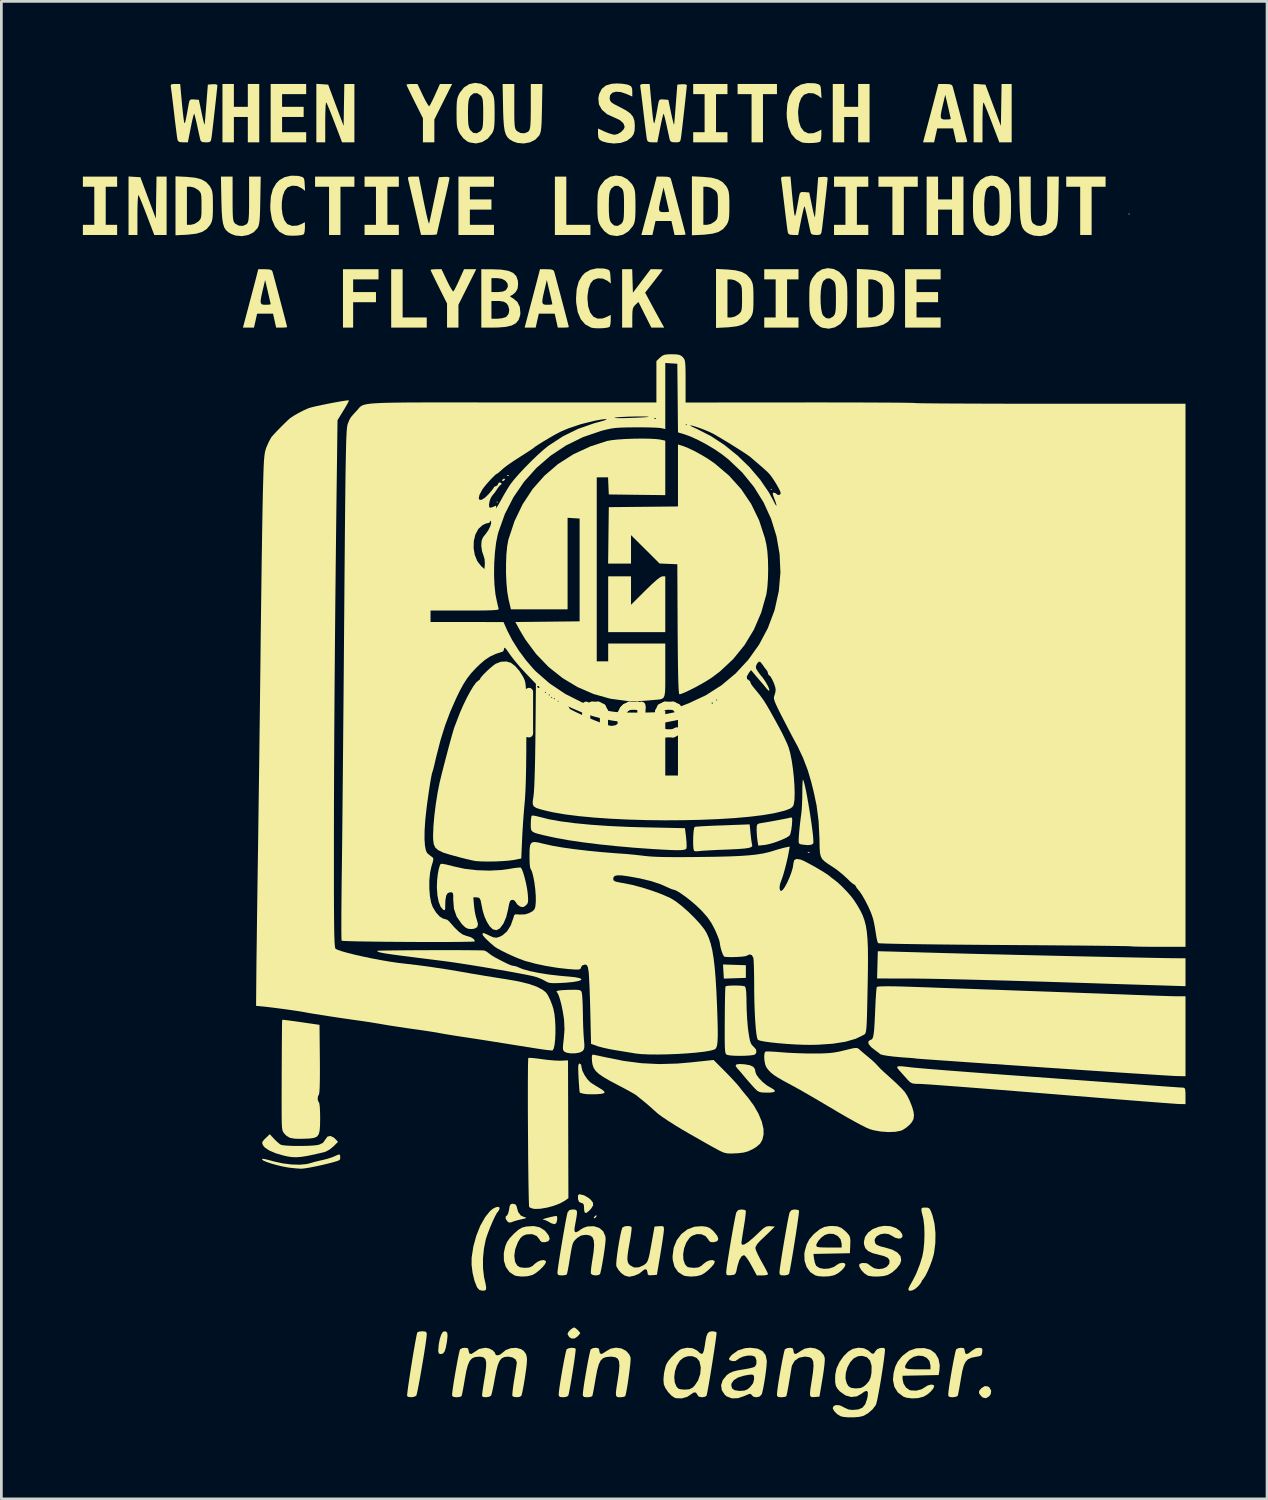
<source format=kicad_pcb>
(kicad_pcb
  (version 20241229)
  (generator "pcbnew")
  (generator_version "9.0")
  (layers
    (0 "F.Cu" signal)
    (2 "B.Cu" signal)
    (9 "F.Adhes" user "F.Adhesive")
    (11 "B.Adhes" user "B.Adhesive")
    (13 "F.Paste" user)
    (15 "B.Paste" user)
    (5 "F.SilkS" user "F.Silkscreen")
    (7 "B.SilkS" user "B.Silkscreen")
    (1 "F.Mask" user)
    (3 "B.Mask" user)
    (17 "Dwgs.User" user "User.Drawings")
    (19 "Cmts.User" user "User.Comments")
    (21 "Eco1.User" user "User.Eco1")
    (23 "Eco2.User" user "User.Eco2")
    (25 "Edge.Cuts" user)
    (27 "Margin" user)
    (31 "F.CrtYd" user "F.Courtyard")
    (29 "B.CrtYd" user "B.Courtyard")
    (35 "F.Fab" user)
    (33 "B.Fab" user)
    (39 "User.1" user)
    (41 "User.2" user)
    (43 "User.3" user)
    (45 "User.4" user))
  (footprint "danger"
    (layer "F.Cu")
    (at 19.283 23.246)
    (property "Reference" "danger" (at 0 0 0) (layer "F.SilkS") (effects (font (size 1.524 1.524) (thickness 0.3))))
    (attr board_only exclude_from_pos_files exclude_from_bom)
    (fp_poly (pts (xy -4.015 -7.821) (xy -4.039 -7.797) (xy -4.062 -7.821) (xy -4.039 -7.844)) (stroke (width 0) (type solid)) (fill yes) (layer "F.SilkS"))
    (fp_poly (pts (xy 6.07 -8.288) (xy 6.047 -8.264) (xy 6.023 -8.288) (xy 6.047 -8.311)) (stroke (width 0) (type solid)) (fill yes) (layer "F.SilkS"))
    (fp_poly (pts (xy 19.237 -18.42) (xy 19.213 -18.396) (xy 19.19 -18.42) (xy 19.213 -18.443)) (stroke (width 0) (type solid)) (fill yes) (layer "F.SilkS"))
    (fp_poly (pts (xy -7.517 -14.614) (xy -6.63 -14.614) (xy -6.63 -14.241) (xy -7.938 -14.241) (xy -7.938 -16.389) (xy -7.517 -16.389)) (stroke (width 0) (type solid)) (fill yes) (layer "F.SilkS"))
    (fp_poly (pts (xy -3.611 -8.809) (xy -3.617 -8.781) (xy -3.642 -8.778) (xy -3.68 -8.795) (xy -3.673 -8.809) (xy -3.618 -8.815)) (stroke (width 0) (type solid)) (fill yes) (layer "F.SilkS"))
    (fp_poly (pts (xy -1.494 -18.023) (xy -0.607 -18.023) (xy -0.607 -17.649) (xy -1.914 -17.649) (xy -1.914 -19.797) (xy -1.494 -19.797)) (stroke (width 0) (type solid)) (fill yes) (layer "F.SilkS"))
    (fp_poly (pts (xy 4.692 9.208) (xy 5.113 9.222) (xy 5.113 9.688) (xy 4.304 9.715) (xy 4.288 9.455) (xy 4.272 9.195)) (stroke (width 0) (type solid)) (fill yes) (layer "F.SilkS"))
    (fp_poly (pts (xy 7.455 5.058) (xy 7.449 5.086) (xy 7.424 5.089) (xy 7.385 5.072) (xy 7.393 5.058) (xy 7.448 5.053)) (stroke (width 0) (type solid)) (fill yes) (layer "F.SilkS"))
    (fp_poly (pts (xy -0.384 18.468) (xy -0.43 18.52) (xy -0.472 18.536) (xy -0.484 18.51) (xy -0.457 18.471) (xy -0.4 18.424) (xy -0.381 18.421)) (stroke (width 0) (type solid)) (fill yes) (layer "F.SilkS"))
    (fp_poly (pts (xy -9.292 -19.424) (xy -9.805 -19.424) (xy -9.805 -17.649) (xy -10.225 -17.649) (xy -10.225 -19.424) (xy -10.739 -19.424) (xy -10.739 -19.797) (xy -9.292 -19.797)) (stroke (width 0) (type solid)) (fill yes) (layer "F.SilkS"))
    (fp_poly (pts (xy -3.751 -8.656) (xy -3.759 -8.638) (xy -3.82 -8.593) (xy -3.834 -8.591) (xy -3.86 -8.62) (xy -3.852 -8.638) (xy -3.79 -8.683) (xy -3.776 -8.685)) (stroke (width 0) (type solid)) (fill yes) (layer "F.SilkS"))
    (fp_poly (pts (xy 6.257 -22.832) (xy 5.743 -22.832) (xy 5.743 -21.058) (xy 5.323 -21.058) (xy 5.323 -22.832) (xy 4.809 -22.832) (xy 4.809 -23.206) (xy 6.257 -23.206)) (stroke (width 0) (type solid)) (fill yes) (layer "F.SilkS"))
    (fp_poly (pts (xy 11.439 -19.424) (xy 10.926 -19.424) (xy 10.926 -17.649) (xy 10.506 -17.649) (xy 10.506 -19.424) (xy 9.992 -19.424) (xy 9.992 -19.797) (xy 11.439 -19.797)) (stroke (width 0) (type solid)) (fill yes) (layer "F.SilkS"))
    (fp_poly (pts (xy 18.35 -19.424) (xy 17.836 -19.424) (xy 17.836 -17.649) (xy 17.416 -17.649) (xy 17.416 -19.424) (xy 16.902 -19.424) (xy 16.902 -19.797) (xy 18.35 -19.797)) (stroke (width 0) (type solid)) (fill yes) (layer "F.SilkS"))
    (fp_poly (pts (xy -8.404 -16.015) (xy -9.338 -16.015) (xy -9.338 -15.548) (xy -8.498 -15.548) (xy -8.498 -15.175) (xy -9.338 -15.175) (xy -9.338 -14.241) (xy -9.712 -14.241) (xy -9.712 -16.389) (xy -8.404 -16.389)) (stroke (width 0) (type solid)) (fill yes) (layer "F.SilkS"))
    (fp_poly (pts (xy 0.887 -4.04) (xy 1.413 -4.565) (xy 1.656 -4.8) (xy 1.841 -4.965) (xy 1.971 -5.061) (xy 2.043 -5.089) (xy 2.148 -5.089) (xy 2.148 -3.035) (xy 0.047 -3.035) (xy 0.047 -5.089) (xy 0.887 -5.089)) (stroke (width 0) (type solid)) (fill yes) (layer "F.SilkS"))
    (fp_poly (pts (xy -18.023 -19.424) (xy -18.443 -19.424) (xy -18.443 -18.023) (xy -18.023 -18.023) (xy -18.023 -17.649) (xy -19.283 -17.649) (xy -19.283 -18.023) (xy -18.863 -18.023) (xy -18.863 -19.424) (xy -19.283 -19.424) (xy -19.283 -19.797) (xy -18.023 -19.797)) (stroke (width 0) (type solid)) (fill yes) (layer "F.SilkS"))
    (fp_poly (pts (xy -13.727 -22.365) (xy -13.214 -22.365) (xy -13.214 -23.206) (xy -12.793 -23.206) (xy -12.793 -21.058) (xy -13.214 -21.058) (xy -13.214 -21.992) (xy -13.727 -21.992) (xy -13.727 -21.058) (xy -14.147 -21.058) (xy -14.147 -23.206) (xy -13.727 -23.206)) (stroke (width 0) (type solid)) (fill yes) (layer "F.SilkS"))
    (fp_poly (pts (xy -11.066 -22.832) (xy -11.953 -22.832) (xy -11.953 -22.365) (xy -11.159 -22.365) (xy -11.159 -21.992) (xy -11.953 -21.992) (xy -11.953 -21.431) (xy -11.066 -21.431) (xy -11.066 -21.058) (xy -12.373 -21.058) (xy -12.373 -23.206) (xy -11.066 -23.206)) (stroke (width 0) (type solid)) (fill yes) (layer "F.SilkS"))
    (fp_poly (pts (xy -7.657 -19.424) (xy -8.078 -19.424) (xy -8.078 -18.023) (xy -7.657 -18.023) (xy -7.657 -17.649) (xy -8.918 -17.649) (xy -8.918 -18.023) (xy -8.498 -18.023) (xy -8.498 -19.424) (xy -8.918 -19.424) (xy -8.918 -19.797) (xy -7.657 -19.797)) (stroke (width 0) (type solid)) (fill yes) (layer "F.SilkS"))
    (fp_poly (pts (xy -4.156 -19.424) (xy -5.043 -19.424) (xy -5.043 -18.957) (xy -4.249 -18.957) (xy -4.249 -18.583) (xy -5.043 -18.583) (xy -5.043 -18.023) (xy -4.156 -18.023) (xy -4.156 -17.649) (xy -5.463 -17.649) (xy -5.463 -19.797) (xy -4.156 -19.797)) (stroke (width 0) (type solid)) (fill yes) (layer "F.SilkS"))
    (fp_poly (pts (xy 4.436 -22.832) (xy 4.015 -22.832) (xy 4.015 -21.431) (xy 4.436 -21.431) (xy 4.436 -21.058) (xy 3.175 -21.058) (xy 3.175 -21.431) (xy 3.595 -21.431) (xy 3.595 -22.832) (xy 3.175 -22.832) (xy 3.175 -23.206) (xy 4.436 -23.206)) (stroke (width 0) (type solid)) (fill yes) (layer "F.SilkS"))
    (fp_poly (pts (xy 7.05 -16.015) (xy 6.63 -16.015) (xy 6.63 -14.614) (xy 7.05 -14.614) (xy 7.05 -14.241) (xy 5.79 -14.241) (xy 5.79 -14.614) (xy 6.21 -14.614) (xy 6.21 -16.015) (xy 5.79 -16.015) (xy 5.79 -16.389) (xy 7.05 -16.389)) (stroke (width 0) (type solid)) (fill yes) (layer "F.SilkS"))
    (fp_poly (pts (xy 8.731 -22.365) (xy 9.245 -22.365) (xy 9.245 -23.206) (xy 9.665 -23.206) (xy 9.665 -21.058) (xy 9.245 -21.058) (xy 9.245 -21.992) (xy 8.731 -21.992) (xy 8.731 -21.058) (xy 8.311 -21.058) (xy 8.311 -23.206) (xy 8.731 -23.206)) (stroke (width 0) (type solid)) (fill yes) (layer "F.SilkS"))
    (fp_poly (pts (xy 9.618 -19.424) (xy 9.198 -19.424) (xy 9.198 -18.023) (xy 9.618 -18.023) (xy 9.618 -17.649) (xy 8.358 -17.649) (xy 8.358 -18.023) (xy 8.778 -18.023) (xy 8.778 -19.424) (xy 8.358 -19.424) (xy 8.358 -19.797) (xy 9.618 -19.797)) (stroke (width 0) (type solid)) (fill yes) (layer "F.SilkS"))
    (fp_poly (pts (xy 12.186 -18.957) (xy 12.7 -18.957) (xy 12.7 -19.797) (xy 13.12 -19.797) (xy 13.12 -17.649) (xy 12.7 -17.649) (xy 12.7 -18.583) (xy 12.186 -18.583) (xy 12.186 -17.649) (xy 11.766 -17.649) (xy 11.766 -19.797) (xy 12.186 -19.797)) (stroke (width 0) (type solid)) (fill yes) (layer "F.SilkS"))
    (fp_poly (pts (xy 12.28 -16.015) (xy 11.393 -16.015) (xy 11.393 -15.548) (xy 12.186 -15.548) (xy 12.186 -15.175) (xy 11.393 -15.175) (xy 11.393 -14.614) (xy 12.28 -14.614) (xy 12.28 -14.241) (xy 10.972 -14.241) (xy 10.972 -16.389) (xy 12.28 -16.389)) (stroke (width 0) (type solid)) (fill yes) (layer "F.SilkS"))
    (fp_poly (pts (xy 14.018 24.72) (xy 14.081 24.766) (xy 14.142 24.885) (xy 14.121 25.013) (xy 14.062 25.089) (xy 13.945 25.156) (xy 13.834 25.132) (xy 13.762 25.069) (xy 13.692 24.969) (xy 13.699 24.884) (xy 13.774 24.793) (xy 13.9 24.71)) (stroke (width 0) (type solid)) (fill yes) (layer "F.SilkS"))
    (fp_poly (pts (xy -1.148 22.582) (xy -1.071 22.649) (xy -1.004 22.722) (xy -0.981 22.762) (xy -1.007 22.799) (xy -1.068 22.872) (xy -1.185 22.955) (xy -1.306 22.958) (xy -1.389 22.902) (xy -1.439 22.819) (xy -1.447 22.781) (xy -1.413 22.711) (xy -1.334 22.628) (xy -1.245 22.566) (xy -1.201 22.552)) (stroke (width 0) (type solid)) (fill yes) (layer "F.SilkS"))
    (fp_poly (pts (xy -1.831 18.484) (xy -1.829 18.582) (xy -1.83 18.594) (xy -1.863 18.713) (xy -1.936 18.752) (xy -2.056 18.714) (xy -2.124 18.674) (xy -2.246 18.611) (xy -2.352 18.58) (xy -2.358 18.579) (xy -2.355 18.569) (xy -2.287 18.545) (xy -2.176 18.514) (xy -2.05 18.483) (xy -1.932 18.458) (xy -1.853 18.446)) (stroke (width 0) (type solid)) (fill yes) (layer "F.SilkS"))
    (fp_poly (pts (xy -5.922 22.7) (xy -5.876 22.749) (xy -5.864 22.859) (xy -5.883 23.044) (xy -5.889 23.09) (xy -5.929 23.302) (xy -5.972 23.436) (xy -6.029 23.508) (xy -6.106 23.532) (xy -6.122 23.532) (xy -6.184 23.511) (xy -6.205 23.432) (xy -6.205 23.381) (xy -6.187 23.169) (xy -6.149 22.974) (xy -6.098 22.817) (xy -6.04 22.72) (xy -6.007 22.7)) (stroke (width 0) (type solid)) (fill yes) (layer "F.SilkS"))
    (fp_poly (pts (xy -0.842 17.688) (xy -0.666 17.791) (xy -0.589 17.859) (xy -0.513 17.96) (xy -0.507 18.058) (xy -0.576 18.172) (xy -0.657 18.26) (xy -0.754 18.336) (xy -0.812 18.329) (xy -0.838 18.237) (xy -0.84 18.166) (xy -0.849 18.044) (xy -0.885 17.986) (xy -0.945 17.968) (xy -1.025 17.932) (xy -1.061 17.838) (xy -1.065 17.801) (xy -1.062 17.69) (xy -1.021 17.65) (xy -1.01 17.649)) (stroke (width 0) (type solid)) (fill yes) (layer "F.SilkS"))
    (fp_poly (pts (xy -10.257 -23.182) (xy -9.973 -22.422) (xy -9.688 -21.661) (xy -9.676 -22.433) (xy -9.663 -23.206) (xy -9.292 -23.206) (xy -9.292 -21.058) (xy -9.745 -21.058) (xy -10.017 -21.77) (xy -10.11 -22.012) (xy -10.195 -22.225) (xy -10.264 -22.392) (xy -10.311 -22.498) (xy -10.327 -22.526) (xy -10.34 -22.497) (xy -10.351 -22.39) (xy -10.359 -22.217) (xy -10.364 -21.994) (xy -10.365 -21.814) (xy -10.365 -21.058) (xy -10.692 -21.058) (xy -10.692 -23.211)) (stroke (width 0) (type solid)) (fill yes) (layer "F.SilkS"))
    (fp_poly (pts (xy 13.711 -23.196) (xy 13.929 -23.182) (xy 14.213 -22.422) (xy 14.498 -21.661) (xy 14.523 -23.206) (xy 14.894 -23.206) (xy 14.894 -21.058) (xy 14.441 -21.058) (xy 14.169 -21.77) (xy 14.076 -22.012) (xy 13.991 -22.225) (xy 13.922 -22.392) (xy 13.875 -22.498) (xy 13.859 -22.526) (xy 13.846 -22.497) (xy 13.835 -22.39) (xy 13.827 -22.217) (xy 13.822 -21.994) (xy 13.821 -21.814) (xy 13.821 -21.058) (xy 13.494 -21.058) (xy 13.494 -23.211)) (stroke (width 0) (type solid)) (fill yes) (layer "F.SilkS"))
    (fp_poly (pts (xy -17.385 -19.788) (xy -17.167 -19.774) (xy -16.883 -19.013) (xy -16.599 -18.253) (xy -16.586 -19.025) (xy -16.573 -19.797) (xy -16.202 -19.797) (xy -16.202 -17.649) (xy -16.656 -17.649) (xy -16.927 -18.361) (xy -17.021 -18.604) (xy -17.105 -18.817) (xy -17.174 -18.984) (xy -17.221 -19.089) (xy -17.237 -19.118) (xy -17.25 -19.089) (xy -17.261 -18.981) (xy -17.269 -18.809) (xy -17.275 -18.586) (xy -17.276 -18.406) (xy -17.276 -17.649) (xy -17.603 -17.649) (xy -17.603 -19.802)) (stroke (width 0) (type solid)) (fill yes) (layer "F.SilkS"))
    (fp_poly (pts (xy -6.773 -22.786) (xy -6.686 -22.611) (xy -6.61 -22.477) (xy -6.557 -22.399) (xy -6.538 -22.388) (xy -6.504 -22.438) (xy -6.444 -22.553) (xy -6.366 -22.713) (xy -6.323 -22.808) (xy -6.144 -23.206) (xy -5.696 -23.206) (xy -6.35 -21.899) (xy -6.35 -21.058) (xy -6.77 -21.058) (xy -6.77 -21.946) (xy -7.074 -22.552) (xy -7.181 -22.768) (xy -7.272 -22.954) (xy -7.339 -23.093) (xy -7.374 -23.171) (xy -7.377 -23.182) (xy -7.336 -23.196) (xy -7.231 -23.205) (xy -7.175 -23.206) (xy -6.972 -23.206)) (stroke (width 0) (type solid)) (fill yes) (layer "F.SilkS"))
    (fp_poly (pts (xy -5.886 -15.969) (xy -5.799 -15.794) (xy -5.723 -15.66) (xy -5.67 -15.583) (xy -5.651 -15.571) (xy -5.617 -15.621) (xy -5.556 -15.736) (xy -5.479 -15.896) (xy -5.436 -15.991) (xy -5.257 -16.389) (xy -4.809 -16.389) (xy -5.463 -15.082) (xy -5.463 -14.241) (xy -5.883 -14.241) (xy -5.883 -15.129) (xy -6.187 -15.735) (xy -6.294 -15.951) (xy -6.385 -16.137) (xy -6.452 -16.276) (xy -6.487 -16.354) (xy -6.49 -16.365) (xy -6.448 -16.379) (xy -6.343 -16.388) (xy -6.288 -16.389) (xy -6.085 -16.389)) (stroke (width 0) (type solid)) (fill yes) (layer "F.SilkS"))
    (fp_poly (pts (xy -3.356 18.028) (xy -3.325 18.093) (xy -3.266 18.302) (xy -3.167 18.432) (xy -3.064 18.482) (xy -2.985 18.506) (xy -2.969 18.523) (xy -3.026 18.544) (xy -3.166 18.576) (xy -3.167 18.576) (xy -3.324 18.615) (xy -3.454 18.656) (xy -3.502 18.677) (xy -3.596 18.694) (xy -3.662 18.65) (xy -3.725 18.553) (xy -3.725 18.469) (xy -3.681 18.433) (xy -3.643 18.38) (xy -3.61 18.266) (xy -3.6 18.207) (xy -3.576 18.078) (xy -3.539 18.017) (xy -3.473 18) (xy -3.456 17.999)) (stroke (width 0) (type solid)) (fill yes) (layer "F.SilkS"))
    (fp_poly (pts (xy 6.809 3.8) (xy 6.819 3.862) (xy 6.813 3.989) (xy 6.806 4.083) (xy 6.783 4.255) (xy 6.751 4.39) (xy 6.717 4.456) (xy 6.609 4.526) (xy 6.439 4.605) (xy 6.237 4.683) (xy 6.033 4.748) (xy 5.856 4.789) (xy 5.808 4.796) (xy 5.57 4.821) (xy 5.54 4.64) (xy 5.521 4.474) (xy 5.511 4.286) (xy 5.51 4.239) (xy 5.514 4.106) (xy 5.538 4.037) (xy 5.598 4.007) (xy 5.661 3.995) (xy 5.861 3.962) (xy 6.085 3.922) (xy 6.308 3.881) (xy 6.507 3.843) (xy 6.655 3.813) (xy 6.719 3.798) (xy 6.778 3.785)) (stroke (width 0) (type solid)) (fill yes) (layer "F.SilkS"))
    (fp_poly (pts (xy -1.194 23.31) (xy -1.149 23.337) (xy -1.15 23.391) (xy -1.165 23.519) (xy -1.189 23.703) (xy -1.222 23.925) (xy -1.26 24.168) (xy -1.299 24.413) (xy -1.338 24.643) (xy -1.373 24.839) (xy -1.402 24.985) (xy -1.422 25.06) (xy -1.479 25.1) (xy -1.591 25.119) (xy -1.609 25.12) (xy -1.722 25.11) (xy -1.768 25.071) (xy -1.774 25.02) (xy -1.766 24.919) (xy -1.745 24.754) (xy -1.713 24.543) (xy -1.674 24.306) (xy -1.631 24.06) (xy -1.588 23.825) (xy -1.547 23.62) (xy -1.513 23.462) (xy -1.488 23.37) (xy -1.482 23.357) (xy -1.408 23.317) (xy -1.297 23.3)) (stroke (width 0) (type solid)) (fill yes) (layer "F.SilkS"))
    (fp_poly (pts (xy -0.948 12.882) (xy -0.934 12.974) (xy -0.904 13.101) (xy -0.827 13.258) (xy -0.724 13.412) (xy -0.614 13.527) (xy -0.613 13.528) (xy -0.53 13.585) (xy -0.401 13.665) (xy -0.316 13.716) (xy -0.157 13.815) (xy -0.085 13.885) (xy -0.102 13.929) (xy -0.209 13.956) (xy -0.377 13.969) (xy -0.565 13.972) (xy -0.736 13.967) (xy -0.843 13.954) (xy -0.947 13.929) (xy -0.999 13.908) (xy -1 13.908) (xy -1.008 13.857) (xy -1.019 13.733) (xy -1.032 13.554) (xy -1.043 13.365) (xy -1.054 13.134) (xy -1.056 12.981) (xy -1.048 12.891) (xy -1.029 12.849) (xy -1.003 12.84)) (stroke (width 0) (type solid)) (fill yes) (layer "F.SilkS"))
    (fp_poly (pts (xy 5.056 12.867) (xy 5.058 12.867) (xy 5.265 12.903) (xy 5.392 12.966) (xy 5.453 13.062) (xy 5.463 13.145) (xy 5.499 13.246) (xy 5.593 13.376) (xy 5.724 13.514) (xy 5.874 13.636) (xy 5.987 13.705) (xy 6.131 13.789) (xy 6.185 13.85) (xy 6.15 13.889) (xy 6.024 13.908) (xy 5.893 13.91) (xy 5.724 13.906) (xy 5.615 13.887) (xy 5.53 13.84) (xy 5.436 13.749) (xy 5.38 13.689) (xy 5.242 13.534) (xy 5.102 13.373) (xy 5.03 13.286) (xy 4.924 13.159) (xy 4.828 13.05) (xy 4.796 13.016) (xy 4.736 12.93) (xy 4.758 12.877) (xy 4.864 12.857)) (stroke (width 0) (type solid)) (fill yes) (layer "F.SilkS"))
    (fp_poly (pts (xy 0.957 -15.525) (xy 1.283 -15.957) (xy 1.609 -16.389) (xy 1.832 -16.389) (xy 1.961 -16.386) (xy 2.042 -16.378) (xy 2.054 -16.373) (xy 2.027 -16.332) (xy 1.954 -16.233) (xy 1.846 -16.092) (xy 1.731 -15.942) (xy 1.407 -15.528) (xy 1.621 -15.129) (xy 1.733 -14.921) (xy 1.848 -14.71) (xy 1.945 -14.534) (xy 1.971 -14.486) (xy 2.108 -14.241) (xy 1.635 -14.241) (xy 1.398 -14.713) (xy 1.161 -15.185) (xy 1.047 -15.078) (xy 0.989 -15.014) (xy 0.955 -14.939) (xy 0.939 -14.828) (xy 0.934 -14.655) (xy 0.934 -14.606) (xy 0.934 -14.241) (xy 0.56 -14.241) (xy 0.56 -16.389) (xy 0.93 -16.389)) (stroke (width 0) (type solid)) (fill yes) (layer "F.SilkS"))
    (fp_poly (pts (xy 7.013 18.222) (xy 7.07 18.25) (xy 7.068 18.303) (xy 7.053 18.432) (xy 7.027 18.623) (xy 6.992 18.861) (xy 6.952 19.129) (xy 6.907 19.412) (xy 6.862 19.696) (xy 6.817 19.965) (xy 6.776 20.204) (xy 6.741 20.397) (xy 6.715 20.529) (xy 6.702 20.579) (xy 6.645 20.618) (xy 6.534 20.637) (xy 6.515 20.637) (xy 6.403 20.629) (xy 6.358 20.59) (xy 6.35 20.525) (xy 6.358 20.435) (xy 6.38 20.273) (xy 6.412 20.054) (xy 6.453 19.797) (xy 6.499 19.517) (xy 6.548 19.231) (xy 6.596 18.957) (xy 6.64 18.711) (xy 6.679 18.51) (xy 6.709 18.371) (xy 6.725 18.315) (xy 6.794 18.231) (xy 6.907 18.21)) (stroke (width 0) (type solid)) (fill yes) (layer "F.SilkS"))
    (fp_poly (pts (xy -6.681 22.702) (xy -6.636 22.743) (xy -6.629 22.797) (xy -6.637 22.891) (xy -6.657 23.055) (xy -6.689 23.273) (xy -6.729 23.528) (xy -6.775 23.806) (xy -6.823 24.091) (xy -6.871 24.365) (xy -6.917 24.615) (xy -6.957 24.824) (xy -6.99 24.976) (xy -7.012 25.055) (xy -7.015 25.061) (xy -7.092 25.103) (xy -7.204 25.119) (xy -7.308 25.106) (xy -7.352 25.077) (xy -7.351 25.023) (xy -7.336 24.892) (xy -7.31 24.699) (xy -7.275 24.461) (xy -7.234 24.192) (xy -7.189 23.907) (xy -7.143 23.622) (xy -7.097 23.352) (xy -7.055 23.113) (xy -7.019 22.919) (xy -6.992 22.786) (xy -6.975 22.731) (xy -6.917 22.705) (xy -6.806 22.692) (xy -6.791 22.692)) (stroke (width 0) (type solid)) (fill yes) (layer "F.SilkS"))
    (fp_poly (pts (xy 7.244 2.458) (xy 7.282 2.602) (xy 7.327 2.807) (xy 7.374 3.056) (xy 7.423 3.335) (xy 7.471 3.626) (xy 7.515 3.914) (xy 7.552 4.182) (xy 7.58 4.416) (xy 7.596 4.598) (xy 7.598 4.714) (xy 7.594 4.74) (xy 7.527 4.788) (xy 7.387 4.803) (xy 7.187 4.782) (xy 7.15 4.776) (xy 7.098 4.762) (xy 7.067 4.733) (xy 7.055 4.669) (xy 7.058 4.551) (xy 7.072 4.361) (xy 7.073 4.35) (xy 7.094 4.125) (xy 7.12 3.898) (xy 7.144 3.713) (xy 7.148 3.689) (xy 7.166 3.533) (xy 7.179 3.317) (xy 7.188 3.072) (xy 7.19 2.899) (xy 7.192 2.691) (xy 7.198 2.526) (xy 7.206 2.42) (xy 7.215 2.391)) (stroke (width 0) (type solid)) (fill yes) (layer "F.SilkS"))
    (fp_poly (pts (xy -3.949 18.147) (xy -3.955 18.198) (xy -3.998 18.28) (xy -4.02 18.303) (xy -4.064 18.364) (xy -4.13 18.49) (xy -4.209 18.661) (xy -4.291 18.854) (xy -4.368 19.049) (xy -4.43 19.223) (xy -4.457 19.312) (xy -4.525 19.647) (xy -4.56 20.012) (xy -4.559 20.371) (xy -4.523 20.687) (xy -4.511 20.745) (xy -4.464 20.951) (xy -4.443 21.083) (xy -4.449 21.156) (xy -4.485 21.189) (xy -4.553 21.198) (xy -4.575 21.198) (xy -4.691 21.174) (xy -4.771 21.085) (xy -4.785 21.06) (xy -4.876 20.825) (xy -4.944 20.538) (xy -4.98 20.24) (xy -4.978 19.983) (xy -4.915 19.574) (xy -4.806 19.176) (xy -4.659 18.808) (xy -4.481 18.493) (xy -4.298 18.266) (xy -4.186 18.177) (xy -4.077 18.125) (xy -3.991 18.113)) (stroke (width 0) (type solid)) (fill yes) (layer "F.SilkS"))
    (fp_poly (pts (xy -2.712 12.639) (xy -2.536 12.659) (xy -2.402 12.678) (xy -2.17 12.707) (xy -1.94 12.727) (xy -1.749 12.736) (xy -1.684 12.735) (xy -1.431 12.723) (xy -1.417 17.795) (xy -1.547 17.887) (xy -1.725 17.986) (xy -1.952 18.073) (xy -2.2 18.141) (xy -2.439 18.183) (xy -2.642 18.191) (xy -2.731 18.178) (xy -2.824 18.144) (xy -2.859 18.122) (xy -2.865 18.071) (xy -2.871 17.937) (xy -2.877 17.729) (xy -2.882 17.459) (xy -2.888 17.135) (xy -2.892 16.768) (xy -2.897 16.367) (xy -2.9 15.944) (xy -2.903 15.508) (xy -2.906 15.069) (xy -2.908 14.636) (xy -2.909 14.221) (xy -2.909 13.834) (xy -2.908 13.483) (xy -2.906 13.18) (xy -2.904 12.934) (xy -2.9 12.755) (xy -2.895 12.654) (xy -2.892 12.634) (xy -2.837 12.63)) (stroke (width 0) (type solid)) (fill yes) (layer "F.SilkS"))
    (fp_poly (pts (xy 5.287 4.389) (xy 5.307 4.566) (xy 5.327 4.71) (xy 5.343 4.792) (xy 5.344 4.797) (xy 5.346 4.841) (xy 5.308 4.877) (xy 5.219 4.905) (xy 5.072 4.927) (xy 4.856 4.945) (xy 4.561 4.96) (xy 4.349 4.969) (xy 4.067 4.98) (xy 3.81 4.993) (xy 3.595 5.005) (xy 3.441 5.017) (xy 3.368 5.025) (xy 3.264 5.032) (xy 3.21 5.015) (xy 3.188 4.949) (xy 3.176 4.819) (xy 3.173 4.653) (xy 3.177 4.476) (xy 3.189 4.313) (xy 3.207 4.19) (xy 3.232 4.133) (xy 3.233 4.132) (xy 3.298 4.123) (xy 3.439 4.113) (xy 3.639 4.101) (xy 3.881 4.09) (xy 4.062 4.083) (xy 4.339 4.073) (xy 4.599 4.063) (xy 4.821 4.055) (xy 4.984 4.049) (xy 5.043 4.047) (xy 5.253 4.039)) (stroke (width 0) (type solid)) (fill yes) (layer "F.SilkS"))
    (fp_poly (pts (xy -12.251 15.608) (xy -12.139 15.719) (xy -12.037 15.804) (xy -12.004 15.826) (xy -11.917 15.847) (xy -11.758 15.862) (xy -11.551 15.871) (xy -11.319 15.873) (xy -11.083 15.87) (xy -10.866 15.861) (xy -10.691 15.845) (xy -10.593 15.827) (xy -10.447 15.758) (xy -10.365 15.641) (xy -10.284 15.53) (xy -10.174 15.504) (xy -10.048 15.565) (xy -9.998 15.612) (xy -9.895 15.722) (xy -10.064 15.891) (xy -10.202 16.003) (xy -10.351 16.084) (xy -10.404 16.101) (xy -10.751 16.182) (xy -11.026 16.239) (xy -11.247 16.274) (xy -11.43 16.288) (xy -11.595 16.282) (xy -11.757 16.258) (xy -11.906 16.224) (xy -12.191 16.14) (xy -12.422 16.041) (xy -12.584 15.935) (xy -12.652 15.854) (xy -12.685 15.776) (xy -12.674 15.713) (xy -12.607 15.634) (xy -12.56 15.588) (xy -12.405 15.44)) (stroke (width 0) (type solid)) (fill yes) (layer "F.SilkS"))
    (fp_poly (pts (xy -9.821 16.216) (xy -9.813 16.257) (xy -9.817 16.351) (xy -9.836 16.389) (xy -9.906 16.421) (xy -10.046 16.465) (xy -10.237 16.515) (xy -10.458 16.568) (xy -10.688 16.619) (xy -10.907 16.662) (xy -11.093 16.694) (xy -11.227 16.709) (xy -11.256 16.71) (xy -11.425 16.699) (xy -11.627 16.679) (xy -11.733 16.665) (xy -11.93 16.629) (xy -12.14 16.579) (xy -12.343 16.522) (xy -12.516 16.465) (xy -12.637 16.413) (xy -12.682 16.38) (xy -12.689 16.354) (xy -12.66 16.346) (xy -12.581 16.358) (xy -12.439 16.392) (xy -12.221 16.451) (xy -11.916 16.516) (xy -11.602 16.554) (xy -11.306 16.563) (xy -11.055 16.54) (xy -10.944 16.514) (xy -10.756 16.46) (xy -10.545 16.408) (xy -10.459 16.39) (xy -10.272 16.342) (xy -10.088 16.28) (xy -10.015 16.249) (xy -9.899 16.197) (xy -9.843 16.186)) (stroke (width 0) (type solid)) (fill yes) (layer "F.SilkS"))
    (fp_poly (pts (xy -2.58 3.739) (xy -2.5 3.76) (xy -2.145 3.849) (xy -1.704 3.928) (xy -1.183 3.996) (xy -0.59 4.053) (xy 0.069 4.099) (xy 0.787 4.132) (xy 1.401 4.149) (xy 2.872 4.179) (xy 2.913 4.514) (xy 2.929 4.69) (xy 2.934 4.836) (xy 2.927 4.921) (xy 2.926 4.923) (xy 2.899 4.953) (xy 2.837 4.974) (xy 2.731 4.986) (xy 2.572 4.989) (xy 2.348 4.983) (xy 2.05 4.968) (xy 1.704 4.948) (xy 1.012 4.899) (xy 0.341 4.84) (xy -0.297 4.773) (xy -0.887 4.699) (xy -1.417 4.621) (xy -1.872 4.538) (xy -2.041 4.502) (xy -2.32 4.44) (xy -2.521 4.391) (xy -2.656 4.349) (xy -2.74 4.304) (xy -2.783 4.249) (xy -2.799 4.176) (xy -2.802 4.076) (xy -2.801 4.019) (xy -2.795 3.867) (xy -2.78 3.756) (xy -2.763 3.717) (xy -2.699 3.716)) (stroke (width 0) (type solid)) (fill yes) (layer "F.SilkS"))
    (fp_poly (pts (xy -1.054 10.13) (xy -0.983 10.147) (xy -0.945 10.18) (xy -0.928 10.217) (xy -0.914 10.299) (xy -0.902 10.453) (xy -0.892 10.661) (xy -0.886 10.903) (xy -0.884 10.983) (xy -0.88 11.257) (xy -0.871 11.53) (xy -0.859 11.771) (xy -0.846 11.953) (xy -0.844 11.973) (xy -0.829 12.151) (xy -0.833 12.263) (xy -0.858 12.335) (xy -0.896 12.382) (xy -1 12.435) (xy -1.157 12.463) (xy -1.331 12.466) (xy -1.484 12.441) (xy -1.558 12.407) (xy -1.596 12.37) (xy -1.616 12.315) (xy -1.618 12.222) (xy -1.604 12.07) (xy -1.588 11.936) (xy -1.561 11.59) (xy -1.574 11.266) (xy -1.588 11.144) (xy -1.627 10.906) (xy -1.675 10.676) (xy -1.728 10.472) (xy -1.781 10.316) (xy -1.827 10.228) (xy -1.836 10.22) (xy -1.858 10.185) (xy -1.806 10.16) (xy -1.675 10.142) (xy -1.459 10.13) (xy -1.379 10.128) (xy -1.18 10.125)) (stroke (width 0) (type solid)) (fill yes) (layer "F.SilkS"))
    (fp_poly (pts (xy -0.117 -16.415) (xy -0.06 -16.404) (xy 0.042 -16.375) (xy 0.097 -16.334) (xy 0.12 -16.253) (xy 0.131 -16.113) (xy 0.145 -15.864) (xy 0.02 -15.963) (xy -0.147 -16.043) (xy -0.331 -16.055) (xy -0.496 -15.994) (xy -0.5 -15.992) (xy -0.602 -15.868) (xy -0.675 -15.673) (xy -0.712 -15.425) (xy -0.716 -15.315) (xy -0.69 -15.022) (xy -0.616 -14.797) (xy -0.499 -14.645) (xy -0.344 -14.571) (xy -0.156 -14.578) (xy 0.002 -14.639) (xy 0.14 -14.71) (xy 0.14 -14.502) (xy 0.13 -14.369) (xy 0.105 -14.28) (xy 0.092 -14.263) (xy -0.001 -14.236) (xy -0.151 -14.219) (xy -0.323 -14.214) (xy -0.482 -14.222) (xy -0.578 -14.24) (xy -0.796 -14.356) (xy -0.961 -14.548) (xy -1.073 -14.81) (xy -1.129 -15.139) (xy -1.136 -15.315) (xy -1.112 -15.659) (xy -1.038 -15.933) (xy -0.91 -16.148) (xy -0.801 -16.259) (xy -0.607 -16.368) (xy -0.368 -16.422)) (stroke (width 0) (type solid)) (fill yes) (layer "F.SilkS"))
    (fp_poly (pts (xy 7.633 -23.232) (xy 7.691 -23.221) (xy 7.793 -23.192) (xy 7.847 -23.151) (xy 7.871 -23.069) (xy 7.882 -22.93) (xy 7.896 -22.681) (xy 7.77 -22.78) (xy 7.604 -22.86) (xy 7.42 -22.871) (xy 7.255 -22.811) (xy 7.251 -22.808) (xy 7.148 -22.685) (xy 7.076 -22.49) (xy 7.039 -22.242) (xy 7.035 -22.132) (xy 7.061 -21.839) (xy 7.135 -21.614) (xy 7.252 -21.462) (xy 7.407 -21.388) (xy 7.595 -21.395) (xy 7.753 -21.456) (xy 7.891 -21.527) (xy 7.891 -21.318) (xy 7.881 -21.186) (xy 7.856 -21.096) (xy 7.843 -21.08) (xy 7.75 -21.053) (xy 7.6 -21.036) (xy 7.427 -21.031) (xy 7.269 -21.039) (xy 7.173 -21.057) (xy 6.955 -21.173) (xy 6.789 -21.365) (xy 6.677 -21.627) (xy 6.621 -21.956) (xy 6.615 -22.132) (xy 6.639 -22.475) (xy 6.712 -22.75) (xy 6.84 -22.965) (xy 6.95 -23.076) (xy 7.144 -23.185) (xy 7.383 -23.239)) (stroke (width 0) (type solid)) (fill yes) (layer "F.SilkS"))
    (fp_poly (pts (xy 11.804 18.144) (xy 11.862 18.171) (xy 11.908 18.24) (xy 11.959 18.37) (xy 11.985 18.443) (xy 12.056 18.738) (xy 12.09 19.084) (xy 12.085 19.448) (xy 12.041 19.795) (xy 12.024 19.874) (xy 11.968 20.069) (xy 11.89 20.283) (xy 11.802 20.488) (xy 11.716 20.658) (xy 11.643 20.766) (xy 11.639 20.769) (xy 11.588 20.838) (xy 11.579 20.864) (xy 11.551 20.916) (xy 11.478 21.007) (xy 11.442 21.047) (xy 11.338 21.136) (xy 11.231 21.19) (xy 11.143 21.204) (xy 11.095 21.174) (xy 11.099 21.116) (xy 11.142 21.024) (xy 11.211 20.9) (xy 11.229 20.871) (xy 11.382 20.573) (xy 11.521 20.216) (xy 11.606 19.937) (xy 11.65 19.705) (xy 11.677 19.422) (xy 11.686 19.119) (xy 11.677 18.828) (xy 11.65 18.582) (xy 11.63 18.49) (xy 11.585 18.314) (xy 11.57 18.21) (xy 11.588 18.158) (xy 11.644 18.141) (xy 11.717 18.14)) (stroke (width 0) (type solid)) (fill yes) (layer "F.SilkS"))
    (fp_poly (pts (xy -13.774 -18.98) (xy -13.773 -18.683) (xy -13.77 -18.465) (xy -13.763 -18.312) (xy -13.75 -18.208) (xy -13.731 -18.141) (xy -13.703 -18.094) (xy -13.681 -18.069) (xy -13.55 -17.994) (xy -13.401 -17.983) (xy -13.27 -18.038) (xy -13.244 -18.061) (xy -13.216 -18.105) (xy -13.195 -18.173) (xy -13.181 -18.278) (xy -13.172 -18.436) (xy -13.168 -18.658) (xy -13.167 -18.96) (xy -13.167 -18.972) (xy -13.167 -19.797) (xy -12.739 -19.797) (xy -12.755 -18.922) (xy -12.761 -18.607) (xy -12.769 -18.371) (xy -12.78 -18.2) (xy -12.796 -18.077) (xy -12.817 -17.99) (xy -12.846 -17.922) (xy -12.861 -17.896) (xy -13.002 -17.747) (xy -13.199 -17.649) (xy -13.426 -17.607) (xy -13.659 -17.627) (xy -13.819 -17.684) (xy -13.932 -17.75) (xy -14.018 -17.828) (xy -14.082 -17.93) (xy -14.126 -18.071) (xy -14.156 -18.262) (xy -14.174 -18.517) (xy -14.185 -18.85) (xy -14.187 -18.945) (xy -14.203 -19.797) (xy -13.774 -19.797)) (stroke (width 0) (type solid)) (fill yes) (layer "F.SilkS"))
    (fp_poly (pts (xy -11.37 -19.824) (xy -11.313 -19.812) (xy -11.21 -19.784) (xy -11.156 -19.742) (xy -11.132 -19.661) (xy -11.122 -19.522) (xy -11.107 -19.273) (xy -11.233 -19.371) (xy -11.4 -19.452) (xy -11.584 -19.463) (xy -11.748 -19.403) (xy -11.752 -19.4) (xy -11.856 -19.276) (xy -11.926 -19.09) (xy -11.962 -18.864) (xy -11.965 -18.625) (xy -11.935 -18.395) (xy -11.871 -18.2) (xy -11.773 -18.063) (xy -11.752 -18.046) (xy -11.586 -17.984) (xy -11.391 -17.995) (xy -11.25 -18.047) (xy -11.113 -18.119) (xy -11.113 -17.91) (xy -11.122 -17.777) (xy -11.147 -17.688) (xy -11.16 -17.672) (xy -11.253 -17.644) (xy -11.404 -17.627) (xy -11.576 -17.622) (xy -11.734 -17.63) (xy -11.831 -17.648) (xy -12.048 -17.765) (xy -12.214 -17.956) (xy -12.326 -18.219) (xy -12.382 -18.548) (xy -12.388 -18.723) (xy -12.365 -19.067) (xy -12.291 -19.341) (xy -12.163 -19.557) (xy -12.053 -19.667) (xy -11.86 -19.776) (xy -11.621 -19.831)) (stroke (width 0) (type solid)) (fill yes) (layer "F.SilkS"))
    (fp_poly (pts (xy -3.408 -22.388) (xy -3.408 -22.091) (xy -3.405 -21.874) (xy -3.397 -21.72) (xy -3.385 -21.617) (xy -3.366 -21.549) (xy -3.338 -21.503) (xy -3.315 -21.478) (xy -3.185 -21.402) (xy -3.035 -21.392) (xy -2.904 -21.446) (xy -2.879 -21.47) (xy -2.85 -21.514) (xy -2.83 -21.581) (xy -2.816 -21.687) (xy -2.807 -21.844) (xy -2.803 -22.067) (xy -2.801 -22.368) (xy -2.801 -22.38) (xy -2.801 -23.206) (xy -2.374 -23.206) (xy -2.389 -22.33) (xy -2.396 -22.016) (xy -2.404 -21.78) (xy -2.415 -21.608) (xy -2.43 -21.486) (xy -2.452 -21.398) (xy -2.481 -21.331) (xy -2.496 -21.304) (xy -2.636 -21.156) (xy -2.833 -21.058) (xy -3.061 -21.016) (xy -3.294 -21.036) (xy -3.454 -21.093) (xy -3.566 -21.159) (xy -3.653 -21.236) (xy -3.716 -21.339) (xy -3.761 -21.479) (xy -3.79 -21.67) (xy -3.809 -21.926) (xy -3.82 -22.258) (xy -3.821 -22.353) (xy -3.838 -23.206) (xy -3.408 -23.206)) (stroke (width 0) (type solid)) (fill yes) (layer "F.SilkS"))
    (fp_poly (pts (xy 15.595 -18.98) (xy 15.596 -18.683) (xy 15.599 -18.465) (xy 15.606 -18.312) (xy 15.618 -18.208) (xy 15.638 -18.141) (xy 15.666 -18.094) (xy 15.688 -18.069) (xy 15.818 -17.994) (xy 15.968 -17.983) (xy 16.099 -18.038) (xy 16.125 -18.061) (xy 16.153 -18.105) (xy 16.174 -18.173) (xy 16.188 -18.278) (xy 16.196 -18.436) (xy 16.201 -18.658) (xy 16.202 -18.96) (xy 16.202 -18.972) (xy 16.202 -19.797) (xy 16.629 -19.797) (xy 16.614 -18.922) (xy 16.608 -18.607) (xy 16.6 -18.371) (xy 16.589 -18.2) (xy 16.573 -18.077) (xy 16.552 -17.99) (xy 16.523 -17.922) (xy 16.508 -17.896) (xy 16.367 -17.747) (xy 16.17 -17.649) (xy 15.942 -17.607) (xy 15.709 -17.627) (xy 15.55 -17.684) (xy 15.437 -17.75) (xy 15.351 -17.828) (xy 15.287 -17.93) (xy 15.242 -18.071) (xy 15.213 -18.262) (xy 15.195 -18.517) (xy 15.184 -18.85) (xy 15.182 -18.945) (xy 15.166 -19.797) (xy 15.595 -19.797)) (stroke (width 0) (type solid)) (fill yes) (layer "F.SilkS"))
    (fp_poly (pts (xy -6.745 -18.9) (xy -6.689 -18.63) (xy -6.639 -18.399) (xy -6.596 -18.221) (xy -6.564 -18.106) (xy -6.545 -18.069) (xy -6.544 -18.071) (xy -6.527 -18.138) (xy -6.495 -18.279) (xy -6.452 -18.48) (xy -6.4 -18.723) (xy -6.351 -18.957) (xy -6.181 -19.774) (xy -5.985 -19.788) (xy -5.86 -19.787) (xy -5.794 -19.765) (xy -5.79 -19.754) (xy -5.8 -19.696) (xy -5.828 -19.561) (xy -5.872 -19.363) (xy -5.928 -19.115) (xy -5.994 -18.832) (xy -6.023 -18.704) (xy -6.091 -18.412) (xy -6.151 -18.15) (xy -6.201 -17.934) (xy -6.236 -17.775) (xy -6.255 -17.688) (xy -6.257 -17.676) (xy -6.299 -17.662) (xy -6.41 -17.653) (xy -6.548 -17.65) (xy -6.84 -17.65) (xy -7.063 -18.619) (xy -7.131 -18.913) (xy -7.194 -19.181) (xy -7.247 -19.408) (xy -7.287 -19.579) (xy -7.311 -19.679) (xy -7.314 -19.692) (xy -7.323 -19.757) (xy -7.29 -19.787) (xy -7.194 -19.797) (xy -7.132 -19.797) (xy -6.923 -19.797)) (stroke (width 0) (type solid)) (fill yes) (layer "F.SilkS"))
    (fp_poly (pts (xy 13.78 23.307) (xy 13.815 23.352) (xy 13.812 23.45) (xy 13.796 23.542) (xy 13.755 23.592) (xy 13.663 23.619) (xy 13.568 23.634) (xy 13.407 23.667) (xy 13.286 23.723) (xy 13.198 23.815) (xy 13.13 23.958) (xy 13.075 24.166) (xy 13.025 24.446) (xy 12.988 24.668) (xy 12.954 24.858) (xy 12.927 24.996) (xy 12.912 25.061) (xy 12.855 25.1) (xy 12.744 25.119) (xy 12.725 25.12) (xy 12.612 25.11) (xy 12.566 25.071) (xy 12.56 25.02) (xy 12.568 24.919) (xy 12.589 24.754) (xy 12.621 24.543) (xy 12.66 24.306) (xy 12.703 24.06) (xy 12.746 23.825) (xy 12.787 23.62) (xy 12.821 23.462) (xy 12.846 23.37) (xy 12.853 23.357) (xy 12.929 23.314) (xy 13.033 23.299) (xy 13.13 23.313) (xy 13.164 23.371) (xy 13.167 23.416) (xy 13.191 23.509) (xy 13.235 23.532) (xy 13.312 23.501) (xy 13.409 23.426) (xy 13.419 23.416) (xy 13.572 23.318) (xy 13.681 23.299)) (stroke (width 0) (type solid)) (fill yes) (layer "F.SilkS"))
    (fp_poly (pts (xy 4.872 9.972) (xy 5.004 9.984) (xy 5.076 10.002) (xy 5.078 10.003) (xy 5.106 10.064) (xy 5.125 10.2) (xy 5.135 10.416) (xy 5.137 10.616) (xy 5.144 10.899) (xy 5.161 11.206) (xy 5.185 11.493) (xy 5.204 11.649) (xy 5.238 11.869) (xy 5.27 12.017) (xy 5.306 12.114) (xy 5.354 12.179) (xy 5.39 12.211) (xy 5.49 12.326) (xy 5.499 12.435) (xy 5.454 12.504) (xy 5.385 12.527) (xy 5.248 12.544) (xy 5.067 12.554) (xy 4.869 12.557) (xy 4.678 12.553) (xy 4.52 12.54) (xy 4.418 12.519) (xy 4.418 12.519) (xy 4.392 12.504) (xy 4.372 12.475) (xy 4.356 12.421) (xy 4.346 12.332) (xy 4.339 12.196) (xy 4.336 12.004) (xy 4.335 11.744) (xy 4.336 11.405) (xy 4.337 11.254) (xy 4.339 10.924) (xy 4.342 10.627) (xy 4.347 10.373) (xy 4.352 10.176) (xy 4.358 10.048) (xy 4.364 10.001) (xy 4.428 9.983) (xy 4.554 9.972) (xy 4.712 9.969)) (stroke (width 0) (type solid)) (fill yes) (layer "F.SilkS"))
    (fp_poly (pts (xy -15.466 -19.788) (xy -15.158 -19.758) (xy -14.925 -19.697) (xy -14.751 -19.599) (xy -14.622 -19.459) (xy -14.603 -19.43) (xy -14.557 -19.345) (xy -14.526 -19.256) (xy -14.508 -19.139) (xy -14.5 -18.974) (xy -14.498 -18.739) (xy -14.498 -18.723) (xy -14.5 -18.483) (xy -14.508 -18.315) (xy -14.525 -18.196) (xy -14.555 -18.106) (xy -14.6 -18.021) (xy -14.603 -18.016) (xy -14.727 -17.868) (xy -14.891 -17.763) (xy -15.113 -17.697) (xy -15.408 -17.662) (xy -15.466 -17.658) (xy -15.875 -17.638) (xy -15.875 -18.023) (xy -15.455 -18.023) (xy -15.317 -18.023) (xy -15.181 -18.055) (xy -15.049 -18.135) (xy -14.99 -18.191) (xy -14.952 -18.247) (xy -14.93 -18.326) (xy -14.92 -18.449) (xy -14.918 -18.636) (xy -14.918 -18.723) (xy -14.919 -18.939) (xy -14.926 -19.082) (xy -14.942 -19.175) (xy -14.974 -19.237) (xy -15.025 -19.29) (xy -15.049 -19.311) (xy -15.182 -19.391) (xy -15.317 -19.424) (xy -15.455 -19.424) (xy -15.455 -18.023) (xy -15.875 -18.023) (xy -15.875 -19.808)) (stroke (width 0) (type solid)) (fill yes) (layer "F.SilkS"))
    (fp_poly (pts (xy 3.537 -19.788) (xy 3.845 -19.758) (xy 4.078 -19.697) (xy 4.252 -19.599) (xy 4.381 -19.459) (xy 4.4 -19.43) (xy 4.447 -19.345) (xy 4.477 -19.256) (xy 4.495 -19.139) (xy 4.504 -18.974) (xy 4.506 -18.739) (xy 4.506 -18.723) (xy 4.504 -18.483) (xy 4.496 -18.315) (xy 4.478 -18.196) (xy 4.449 -18.106) (xy 4.403 -18.021) (xy 4.4 -18.016) (xy 4.277 -17.868) (xy 4.112 -17.763) (xy 3.89 -17.697) (xy 3.595 -17.662) (xy 3.537 -17.658) (xy 3.128 -17.638) (xy 3.128 -18.023) (xy 3.549 -18.023) (xy 3.686 -18.023) (xy 3.822 -18.055) (xy 3.954 -18.135) (xy 4.014 -18.191) (xy 4.052 -18.247) (xy 4.073 -18.326) (xy 4.083 -18.449) (xy 4.085 -18.636) (xy 4.085 -18.723) (xy 4.084 -18.939) (xy 4.078 -19.082) (xy 4.061 -19.175) (xy 4.03 -19.237) (xy 3.979 -19.29) (xy 3.954 -19.311) (xy 3.821 -19.391) (xy 3.686 -19.424) (xy 3.549 -19.424) (xy 3.549 -18.023) (xy 3.128 -18.023) (xy 3.128 -19.808)) (stroke (width 0) (type solid)) (fill yes) (layer "F.SilkS"))
    (fp_poly (pts (xy 4.424 -16.38) (xy 4.732 -16.349) (xy 4.966 -16.288) (xy 5.139 -16.191) (xy 5.268 -16.05) (xy 5.287 -16.022) (xy 5.334 -15.937) (xy 5.364 -15.847) (xy 5.382 -15.731) (xy 5.391 -15.566) (xy 5.393 -15.33) (xy 5.393 -15.315) (xy 5.391 -15.075) (xy 5.383 -14.906) (xy 5.366 -14.788) (xy 5.336 -14.697) (xy 5.29 -14.613) (xy 5.287 -14.608) (xy 5.164 -14.459) (xy 4.999 -14.355) (xy 4.777 -14.288) (xy 4.483 -14.253) (xy 4.424 -14.25) (xy 4.015 -14.229) (xy 4.015 -14.614) (xy 4.436 -14.614) (xy 4.573 -14.614) (xy 4.709 -14.647) (xy 4.842 -14.727) (xy 4.901 -14.782) (xy 4.939 -14.839) (xy 4.96 -14.918) (xy 4.97 -15.04) (xy 4.973 -15.227) (xy 4.973 -15.315) (xy 4.971 -15.53) (xy 4.965 -15.674) (xy 4.948 -15.766) (xy 4.917 -15.828) (xy 4.866 -15.881) (xy 4.842 -15.902) (xy 4.708 -15.983) (xy 4.573 -16.015) (xy 4.436 -16.015) (xy 4.436 -14.614) (xy 4.015 -14.614) (xy 4.015 -16.4)) (stroke (width 0) (type solid)) (fill yes) (layer "F.SilkS"))
    (fp_poly (pts (xy 9.607 -16.38) (xy 9.915 -16.349) (xy 10.148 -16.288) (xy 10.322 -16.191) (xy 10.451 -16.05) (xy 10.47 -16.022) (xy 10.516 -15.937) (xy 10.547 -15.847) (xy 10.565 -15.731) (xy 10.573 -15.566) (xy 10.576 -15.33) (xy 10.576 -15.315) (xy 10.574 -15.075) (xy 10.566 -14.906) (xy 10.548 -14.788) (xy 10.518 -14.697) (xy 10.473 -14.613) (xy 10.47 -14.608) (xy 10.347 -14.459) (xy 10.182 -14.355) (xy 9.96 -14.288) (xy 9.665 -14.253) (xy 9.607 -14.25) (xy 9.198 -14.229) (xy 9.198 -14.614) (xy 9.618 -14.614) (xy 9.756 -14.614) (xy 9.892 -14.647) (xy 10.024 -14.727) (xy 10.084 -14.782) (xy 10.122 -14.839) (xy 10.143 -14.918) (xy 10.153 -15.04) (xy 10.155 -15.227) (xy 10.155 -15.315) (xy 10.154 -15.53) (xy 10.148 -15.674) (xy 10.131 -15.766) (xy 10.099 -15.828) (xy 10.048 -15.881) (xy 10.024 -15.902) (xy 9.891 -15.983) (xy 9.756 -16.015) (xy 9.618 -16.015) (xy 9.618 -14.614) (xy 9.198 -14.614) (xy 9.198 -16.4)) (stroke (width 0) (type solid)) (fill yes) (layer "F.SilkS"))
    (fp_poly (pts (xy 2.759 -9.897) (xy 2.958 -9.823) (xy 3.205 -9.706) (xy 3.474 -9.56) (xy 3.737 -9.4) (xy 3.967 -9.241) (xy 4.494 -8.794) (xy 4.941 -8.297) (xy 5.309 -7.75) (xy 5.6 -7.151) (xy 5.812 -6.501) (xy 5.864 -6.28) (xy 5.902 -6.028) (xy 5.926 -5.714) (xy 5.934 -5.368) (xy 5.927 -5.02) (xy 5.906 -4.701) (xy 5.87 -4.439) (xy 5.864 -4.412) (xy 5.676 -3.748) (xy 5.409 -3.128) (xy 5.065 -2.559) (xy 4.648 -2.044) (xy 4.161 -1.589) (xy 3.851 -1.356) (xy 3.684 -1.249) (xy 3.484 -1.132) (xy 3.27 -1.015) (xy 3.062 -0.908) (xy 2.878 -0.821) (xy 2.738 -0.764) (xy 2.667 -0.747) (xy 2.654 -0.781) (xy 2.643 -0.883) (xy 2.633 -1.058) (xy 2.625 -1.31) (xy 2.618 -1.641) (xy 2.612 -2.055) (xy 2.607 -2.556) (xy 2.603 -3.14) (xy 2.591 -5.533) (xy 1.938 -5.56) (xy 0.887 -6.605) (xy 0.887 -5.556) (xy 0.045 -5.556) (xy 0.057 -6.595) (xy 0.07 -7.634) (xy 1.342 -7.646) (xy 2.615 -7.659) (xy 2.615 -9.939)) (stroke (width 0) (type solid)) (fill yes) (layer "F.SilkS"))
    (fp_poly (pts (xy -12.427 -16.382) (xy -12.343 -16.356) (xy -12.308 -16.307) (xy -12.287 -16.233) (xy -12.248 -16.09) (xy -12.195 -15.893) (xy -12.132 -15.657) (xy -12.064 -15.4) (xy -11.994 -15.135) (xy -11.927 -14.88) (xy -11.866 -14.649) (xy -11.816 -14.459) (xy -11.782 -14.324) (xy -11.767 -14.261) (xy -11.766 -14.259) (xy -11.808 -14.248) (xy -11.913 -14.242) (xy -11.969 -14.241) (xy -12.172 -14.241) (xy -12.229 -14.498) (xy -12.286 -14.754) (xy -12.872 -14.754) (xy -12.929 -14.498) (xy -12.987 -14.241) (xy -13.393 -14.241) (xy -13.186 -15.023) (xy -13.126 -15.251) (xy -12.741 -15.251) (xy -12.739 -15.154) (xy -12.707 -15.103) (xy -12.641 -15.084) (xy -12.56 -15.081) (xy -12.443 -15.086) (xy -12.378 -15.097) (xy -12.373 -15.101) (xy -12.383 -15.152) (xy -12.41 -15.273) (xy -12.449 -15.444) (xy -12.475 -15.556) (xy -12.577 -15.992) (xy -12.66 -15.642) (xy -12.713 -15.408) (xy -12.741 -15.251) (xy -13.126 -15.251) (xy -13.111 -15.305) (xy -13.039 -15.58) (xy -12.975 -15.823) (xy -12.925 -16.014) (xy -12.904 -16.097) (xy -12.829 -16.389) (xy -12.581 -16.389)) (stroke (width 0) (type solid)) (fill yes) (layer "F.SilkS"))
    (fp_poly (pts (xy -2.061 -16.382) (xy -1.978 -16.356) (xy -1.942 -16.307) (xy -1.921 -16.233) (xy -1.882 -16.09) (xy -1.83 -15.893) (xy -1.767 -15.657) (xy -1.698 -15.4) (xy -1.628 -15.135) (xy -1.561 -14.88) (xy -1.501 -14.649) (xy -1.451 -14.459) (xy -1.416 -14.324) (xy -1.401 -14.261) (xy -1.401 -14.259) (xy -1.442 -14.248) (xy -1.547 -14.242) (xy -1.603 -14.241) (xy -1.806 -14.241) (xy -1.864 -14.498) (xy -1.921 -14.754) (xy -2.506 -14.754) (xy -2.564 -14.498) (xy -2.621 -14.241) (xy -3.028 -14.241) (xy -2.821 -15.023) (xy -2.76 -15.251) (xy -2.375 -15.251) (xy -2.374 -15.154) (xy -2.341 -15.103) (xy -2.275 -15.084) (xy -2.194 -15.081) (xy -2.077 -15.086) (xy -2.012 -15.097) (xy -2.008 -15.101) (xy -2.018 -15.152) (xy -2.044 -15.273) (xy -2.083 -15.444) (xy -2.11 -15.556) (xy -2.211 -15.992) (xy -2.294 -15.642) (xy -2.348 -15.408) (xy -2.375 -15.251) (xy -2.76 -15.251) (xy -2.746 -15.305) (xy -2.674 -15.58) (xy -2.61 -15.823) (xy -2.56 -16.014) (xy -2.538 -16.097) (xy -2.463 -16.389) (xy -2.215 -16.389)) (stroke (width 0) (type solid)) (fill yes) (layer "F.SilkS"))
    (fp_poly (pts (xy 2.234 -19.79) (xy 2.318 -19.765) (xy 2.353 -19.715) (xy 2.374 -19.641) (xy 2.413 -19.498) (xy 2.466 -19.301) (xy 2.529 -19.066) (xy 2.597 -18.808) (xy 2.667 -18.544) (xy 2.734 -18.288) (xy 2.795 -18.058) (xy 2.845 -17.867) (xy 2.879 -17.733) (xy 2.894 -17.67) (xy 2.895 -17.667) (xy 2.853 -17.656) (xy 2.748 -17.65) (xy 2.692 -17.649) (xy 2.489 -17.649) (xy 2.432 -17.906) (xy 2.375 -18.163) (xy 1.789 -18.163) (xy 1.732 -17.906) (xy 1.674 -17.649) (xy 1.268 -17.649) (xy 1.475 -18.431) (xy 1.535 -18.659) (xy 1.92 -18.659) (xy 1.922 -18.562) (xy 1.954 -18.512) (xy 2.02 -18.493) (xy 2.101 -18.49) (xy 2.218 -18.494) (xy 2.283 -18.505) (xy 2.288 -18.51) (xy 2.278 -18.561) (xy 2.251 -18.682) (xy 2.212 -18.852) (xy 2.186 -18.965) (xy 2.084 -19.4) (xy 2.001 -19.05) (xy 1.948 -18.817) (xy 1.92 -18.659) (xy 1.535 -18.659) (xy 1.55 -18.714) (xy 1.622 -18.988) (xy 1.686 -19.232) (xy 1.736 -19.422) (xy 1.757 -19.505) (xy 1.832 -19.797) (xy 2.08 -19.797)) (stroke (width 0) (type solid)) (fill yes) (layer "F.SilkS"))
    (fp_poly (pts (xy 12.6 -23.199) (xy 12.683 -23.173) (xy 12.719 -23.124) (xy 12.74 -23.05) (xy 12.779 -22.907) (xy 12.832 -22.709) (xy 12.894 -22.474) (xy 12.963 -22.217) (xy 13.033 -21.952) (xy 13.1 -21.697) (xy 13.16 -21.466) (xy 13.21 -21.276) (xy 13.245 -21.141) (xy 13.26 -21.078) (xy 13.26 -21.076) (xy 13.219 -21.065) (xy 13.114 -21.058) (xy 13.058 -21.058) (xy 12.855 -21.058) (xy 12.797 -21.315) (xy 12.74 -21.571) (xy 12.155 -21.571) (xy 12.097 -21.315) (xy 12.04 -21.058) (xy 11.633 -21.058) (xy 11.84 -21.84) (xy 11.901 -22.068) (xy 12.286 -22.068) (xy 12.287 -21.971) (xy 12.32 -21.92) (xy 12.386 -21.901) (xy 12.467 -21.898) (xy 12.584 -21.903) (xy 12.649 -21.914) (xy 12.653 -21.918) (xy 12.643 -21.969) (xy 12.617 -22.09) (xy 12.578 -22.26) (xy 12.552 -22.373) (xy 12.45 -22.809) (xy 12.367 -22.458) (xy 12.313 -22.225) (xy 12.286 -22.068) (xy 11.901 -22.068) (xy 11.915 -22.122) (xy 11.987 -22.396) (xy 12.051 -22.64) (xy 12.101 -22.831) (xy 12.123 -22.914) (xy 12.198 -23.206) (xy 12.446 -23.206)) (stroke (width 0) (type solid)) (fill yes) (layer "F.SilkS"))
    (fp_poly (pts (xy 3.661 18.845) (xy 3.775 18.888) (xy 3.883 18.973) (xy 3.936 19.026) (xy 4.059 19.179) (xy 4.1 19.297) (xy 4.059 19.376) (xy 3.936 19.415) (xy 3.934 19.415) (xy 3.818 19.411) (xy 3.752 19.356) (xy 3.73 19.313) (xy 3.627 19.188) (xy 3.476 19.122) (xy 3.305 19.117) (xy 3.138 19.176) (xy 3.043 19.251) (xy 2.922 19.426) (xy 2.842 19.633) (xy 2.806 19.85) (xy 2.815 20.054) (xy 2.871 20.222) (xy 2.96 20.322) (xy 3.036 20.343) (xy 3.164 20.355) (xy 3.215 20.357) (xy 3.366 20.343) (xy 3.477 20.285) (xy 3.549 20.217) (xy 3.655 20.135) (xy 3.775 20.084) (xy 3.884 20.071) (xy 3.955 20.1) (xy 3.969 20.14) (xy 3.934 20.22) (xy 3.844 20.33) (xy 3.722 20.448) (xy 3.59 20.552) (xy 3.472 20.62) (xy 3.292 20.666) (xy 3.08 20.679) (xy 2.885 20.658) (xy 2.816 20.637) (xy 2.62 20.511) (xy 2.488 20.32) (xy 2.422 20.069) (xy 2.416 19.933) (xy 2.458 19.617) (xy 2.57 19.34) (xy 2.743 19.111) (xy 2.965 18.942) (xy 3.226 18.844) (xy 3.497 18.825)) (stroke (width 0) (type solid)) (fill yes) (layer "F.SilkS"))
    (fp_poly (pts (xy -11.893 11.232) (xy -11.77 11.247) (xy -11.587 11.271) (xy -11.361 11.302) (xy -11.253 11.318) (xy -10.576 11.416) (xy -10.563 12.674) (xy -10.561 13.093) (xy -10.563 13.436) (xy -10.569 13.699) (xy -10.579 13.878) (xy -10.593 13.969) (xy -10.598 13.979) (xy -10.637 14.064) (xy -10.642 14.172) (xy -10.611 14.254) (xy -10.599 14.264) (xy -10.58 14.321) (xy -10.564 14.454) (xy -10.555 14.648) (xy -10.552 14.845) (xy -10.556 15.122) (xy -10.572 15.319) (xy -10.608 15.451) (xy -10.674 15.532) (xy -10.777 15.576) (xy -10.925 15.597) (xy -10.996 15.602) (xy -11.195 15.609) (xy -11.395 15.609) (xy -11.491 15.605) (xy -11.662 15.575) (xy -11.789 15.5) (xy -11.835 15.456) (xy -11.886 15.4) (xy -11.921 15.346) (xy -11.944 15.275) (xy -11.958 15.171) (xy -11.965 15.017) (xy -11.968 14.795) (xy -11.969 14.653) (xy -11.969 14.459) (xy -11.97 14.192) (xy -11.969 13.868) (xy -11.968 13.505) (xy -11.967 13.119) (xy -11.965 12.729) (xy -11.963 12.351) (xy -11.961 12.003) (xy -11.958 11.702) (xy -11.956 11.465) (xy -11.955 11.35) (xy -11.949 11.26) (xy -11.941 11.228)) (stroke (width 0) (type solid)) (fill yes) (layer "F.SilkS"))
    (fp_poly (pts (xy 10.179 8.712) (xy 10.271 8.715) (xy 10.445 8.719) (xy 10.69 8.726) (xy 10.994 8.735) (xy 11.347 8.744) (xy 11.737 8.756) (xy 12.153 8.767) (xy 12.303 8.772) (xy 12.652 8.781) (xy 13.062 8.792) (xy 13.523 8.804) (xy 14.028 8.816) (xy 14.568 8.829) (xy 15.134 8.843) (xy 15.718 8.856) (xy 16.311 8.87) (xy 16.905 8.884) (xy 17.49 8.897) (xy 18.059 8.909) (xy 18.602 8.921) (xy 19.112 8.931) (xy 19.58 8.941) (xy 19.996 8.949) (xy 20.353 8.956) (xy 20.642 8.961) (xy 20.854 8.964) (xy 20.976 8.965) (xy 21.291 8.965) (xy 21.291 9.992) (xy 21.046 9.986) (xy 20.963 9.983) (xy 20.794 9.978) (xy 20.546 9.97) (xy 20.227 9.96) (xy 19.843 9.948) (xy 19.401 9.934) (xy 18.91 9.919) (xy 18.376 9.902) (xy 17.806 9.883) (xy 17.208 9.864) (xy 16.715 9.848) (xy 16.068 9.828) (xy 15.419 9.809) (xy 14.78 9.79) (xy 14.159 9.773) (xy 13.568 9.758) (xy 13.016 9.744) (xy 12.512 9.733) (xy 12.068 9.724) (xy 11.692 9.718) (xy 11.395 9.714) (xy 11.286 9.713) (xy 9.942 9.71) (xy 9.955 9.209) (xy 9.969 8.708)) (stroke (width 0) (type solid)) (fill yes) (layer "F.SilkS"))
    (fp_poly (pts (xy -4.214 -16.388) (xy -3.879 -16.374) (xy -3.626 -16.33) (xy -3.447 -16.251) (xy -3.333 -16.132) (xy -3.277 -15.969) (xy -3.268 -15.843) (xy -3.286 -15.678) (xy -3.35 -15.559) (xy -3.383 -15.523) (xy -3.477 -15.444) (xy -3.553 -15.407) (xy -3.558 -15.406) (xy -3.56 -15.386) (xy -3.493 -15.339) (xy -3.445 -15.312) (xy -3.292 -15.182) (xy -3.203 -14.995) (xy -3.184 -14.769) (xy -3.195 -14.686) (xy -3.249 -14.524) (xy -3.348 -14.403) (xy -3.502 -14.319) (xy -3.722 -14.267) (xy -4.018 -14.244) (xy -4.191 -14.241) (xy -4.622 -14.241) (xy -4.622 -14.568) (xy -4.249 -14.568) (xy -4.026 -14.568) (xy -3.862 -14.584) (xy -3.728 -14.624) (xy -3.699 -14.64) (xy -3.617 -14.749) (xy -3.594 -14.895) (xy -3.63 -15.043) (xy -3.689 -15.128) (xy -3.79 -15.193) (xy -3.941 -15.219) (xy -4.015 -15.221) (xy -4.249 -15.221) (xy -4.249 -14.568) (xy -4.622 -14.568) (xy -4.622 -15.548) (xy -4.249 -15.548) (xy -4.019 -15.548) (xy -3.834 -15.566) (xy -3.72 -15.617) (xy -3.715 -15.622) (xy -3.645 -15.741) (xy -3.655 -15.861) (xy -3.734 -15.965) (xy -3.87 -16.037) (xy -4.039 -16.062) (xy -4.249 -16.062) (xy -4.249 -15.548) (xy -4.622 -15.548) (xy -4.622 -16.389)) (stroke (width 0) (type solid)) (fill yes) (layer "F.SilkS"))
    (fp_poly (pts (xy -2.482 18.864) (xy -2.305 18.972) (xy -2.25 19.026) (xy -2.138 19.175) (xy -2.106 19.294) (xy -2.153 19.376) (xy -2.276 19.415) (xy -2.391 19.411) (xy -2.458 19.356) (xy -2.48 19.313) (xy -2.586 19.184) (xy -2.746 19.119) (xy -2.939 19.125) (xy -2.983 19.136) (xy -3.096 19.184) (xy -3.181 19.262) (xy -3.265 19.398) (xy -3.284 19.435) (xy -3.374 19.675) (xy -3.408 19.911) (xy -3.383 20.116) (xy -3.355 20.185) (xy -3.288 20.285) (xy -3.202 20.337) (xy -3.066 20.355) (xy -2.995 20.357) (xy -2.843 20.343) (xy -2.733 20.285) (xy -2.661 20.217) (xy -2.555 20.135) (xy -2.434 20.084) (xy -2.326 20.071) (xy -2.255 20.1) (xy -2.241 20.14) (xy -2.276 20.22) (xy -2.366 20.33) (xy -2.488 20.448) (xy -2.62 20.552) (xy -2.738 20.62) (xy -2.921 20.667) (xy -3.136 20.679) (xy -3.333 20.656) (xy -3.398 20.636) (xy -3.585 20.513) (xy -3.719 20.326) (xy -3.791 20.091) (xy -3.794 19.826) (xy -3.783 19.756) (xy -3.739 19.562) (xy -3.679 19.414) (xy -3.587 19.279) (xy -3.443 19.125) (xy -3.406 19.088) (xy -3.256 18.956) (xy -3.127 18.88) (xy -2.984 18.841) (xy -2.966 18.838) (xy -2.696 18.82)) (stroke (width 0) (type solid)) (fill yes) (layer "F.SilkS"))
    (fp_poly (pts (xy 0.555 -23.215) (xy 0.716 -23.192) (xy 0.805 -23.168) (xy 0.891 -23.118) (xy 0.927 -23.04) (xy 0.934 -22.929) (xy 0.934 -22.743) (xy 0.735 -22.833) (xy 0.518 -22.907) (xy 0.334 -22.922) (xy 0.195 -22.881) (xy 0.115 -22.788) (xy 0.101 -22.666) (xy 0.119 -22.592) (xy 0.166 -22.53) (xy 0.26 -22.466) (xy 0.418 -22.384) (xy 0.461 -22.363) (xy 0.701 -22.236) (xy 0.865 -22.119) (xy 0.964 -21.994) (xy 1.014 -21.845) (xy 1.027 -21.666) (xy 1.019 -21.49) (xy 0.987 -21.37) (xy 0.921 -21.266) (xy 0.907 -21.249) (xy 0.74 -21.118) (xy 0.514 -21.038) (xy 0.252 -21.015) (xy 0.023 -21.042) (xy -0.158 -21.091) (xy -0.264 -21.149) (xy -0.314 -21.234) (xy -0.327 -21.363) (xy -0.327 -21.365) (xy -0.327 -21.567) (xy -0.082 -21.453) (xy 0.078 -21.389) (xy 0.225 -21.347) (xy 0.294 -21.338) (xy 0.411 -21.37) (xy 0.532 -21.448) (xy 0.623 -21.546) (xy 0.654 -21.629) (xy 0.609 -21.754) (xy 0.486 -21.87) (xy 0.297 -21.962) (xy 0.276 -21.97) (xy 0.005 -22.094) (xy -0.185 -22.257) (xy -0.293 -22.454) (xy -0.315 -22.682) (xy -0.285 -22.834) (xy -0.191 -23.024) (xy -0.038 -23.15) (xy 0.179 -23.214) (xy 0.374 -23.225)) (stroke (width 0) (type solid)) (fill yes) (layer "F.SilkS"))
    (fp_poly (pts (xy 11.909 23.373) (xy 12.085 23.507) (xy 12.2 23.7) (xy 12.247 23.941) (xy 12.234 24.139) (xy 12.208 24.303) (xy 11.544 24.316) (xy 10.879 24.329) (xy 10.879 24.449) (xy 10.915 24.616) (xy 11.007 24.762) (xy 11.134 24.854) (xy 11.172 24.866) (xy 11.378 24.877) (xy 11.576 24.828) (xy 11.709 24.746) (xy 11.807 24.685) (xy 11.916 24.656) (xy 12.006 24.662) (xy 12.045 24.707) (xy 12.045 24.711) (xy 12.006 24.804) (xy 11.911 24.916) (xy 11.783 25.023) (xy 11.651 25.099) (xy 11.453 25.151) (xy 11.228 25.163) (xy 11.018 25.136) (xy 10.907 25.095) (xy 10.705 24.942) (xy 10.577 24.736) (xy 10.526 24.485) (xy 10.55 24.225) (xy 10.607 24.014) (xy 10.969 24.014) (xy 11.01 24.06) (xy 11.118 24.083) (xy 11.305 24.092) (xy 11.439 24.093) (xy 11.906 24.093) (xy 11.906 23.95) (xy 11.869 23.786) (xy 11.768 23.669) (xy 11.625 23.603) (xy 11.459 23.589) (xy 11.289 23.631) (xy 11.134 23.731) (xy 11.049 23.832) (xy 10.985 23.941) (xy 10.969 24.014) (xy 10.607 24.014) (xy 10.613 23.991) (xy 10.701 23.81) (xy 10.834 23.642) (xy 10.887 23.587) (xy 11.12 23.41) (xy 11.382 23.319) (xy 11.68 23.31)) (stroke (width 0) (type solid)) (fill yes) (layer "F.SilkS"))
    (fp_poly (pts (xy 10.435 18.826) (xy 10.64 18.896) (xy 10.784 19.001) (xy 10.867 19.118) (xy 10.876 19.214) (xy 10.815 19.273) (xy 10.746 19.283) (xy 10.612 19.253) (xy 10.506 19.19) (xy 10.369 19.117) (xy 10.211 19.097) (xy 10.057 19.125) (xy 9.932 19.193) (xy 9.86 19.296) (xy 9.852 19.35) (xy 9.869 19.446) (xy 9.931 19.513) (xy 10.055 19.565) (xy 10.217 19.605) (xy 10.494 19.686) (xy 10.69 19.795) (xy 10.804 19.927) (xy 10.83 20.08) (xy 10.785 20.219) (xy 10.664 20.379) (xy 10.496 20.527) (xy 10.336 20.62) (xy 10.183 20.659) (xy 9.986 20.678) (xy 9.787 20.676) (xy 9.627 20.651) (xy 9.595 20.64) (xy 9.471 20.558) (xy 9.359 20.437) (xy 9.29 20.313) (xy 9.284 20.287) (xy 9.291 20.221) (xy 9.355 20.189) (xy 9.427 20.179) (xy 9.567 20.189) (xy 9.678 20.264) (xy 9.697 20.284) (xy 9.828 20.37) (xy 9.989 20.403) (xy 10.154 20.386) (xy 10.295 20.323) (xy 10.384 20.218) (xy 10.395 20.185) (xy 10.397 20.072) (xy 10.332 19.987) (xy 10.189 19.923) (xy 10.047 19.888) (xy 9.79 19.822) (xy 9.615 19.741) (xy 9.509 19.636) (xy 9.462 19.497) (xy 9.456 19.404) (xy 9.499 19.216) (xy 9.614 19.057) (xy 9.783 18.933) (xy 9.988 18.85) (xy 10.212 18.812)) (stroke (width 0) (type solid)) (fill yes) (layer "F.SilkS"))
    (fp_poly (pts (xy 0.863 18.829) (xy 0.907 18.858) (xy 0.909 18.918) (xy 0.896 19.049) (xy 0.87 19.231) (xy 0.84 19.404) (xy 0.791 19.683) (xy 0.762 19.887) (xy 0.753 20.032) (xy 0.765 20.132) (xy 0.798 20.205) (xy 0.849 20.262) (xy 1 20.345) (xy 1.176 20.339) (xy 1.338 20.267) (xy 1.406 20.223) (xy 1.457 20.174) (xy 1.497 20.106) (xy 1.533 20.004) (xy 1.569 19.852) (xy 1.61 19.634) (xy 1.651 19.406) (xy 1.752 18.84) (xy 1.926 18.825) (xy 2.041 18.822) (xy 2.089 18.849) (xy 2.099 18.925) (xy 2.099 18.942) (xy 2.091 19.031) (xy 2.07 19.194) (xy 2.038 19.411) (xy 1.998 19.665) (xy 1.969 19.844) (xy 1.84 20.614) (xy 1.667 20.629) (xy 1.553 20.632) (xy 1.505 20.604) (xy 1.494 20.529) (xy 1.494 20.524) (xy 1.467 20.428) (xy 1.4 20.408) (xy 1.312 20.469) (xy 1.301 20.481) (xy 1.183 20.573) (xy 1.014 20.646) (xy 0.838 20.683) (xy 0.802 20.684) (xy 0.653 20.642) (xy 0.522 20.545) (xy 0.422 20.429) (xy 0.355 20.314) (xy 0.346 20.288) (xy 0.343 20.2) (xy 0.356 20.044) (xy 0.38 19.842) (xy 0.413 19.616) (xy 0.451 19.387) (xy 0.491 19.176) (xy 0.529 19.006) (xy 0.561 18.898) (xy 0.573 18.875) (xy 0.648 18.834) (xy 0.76 18.818)) (stroke (width 0) (type solid)) (fill yes) (layer "F.SilkS"))
    (fp_poly (pts (xy 7.677 23.324) (xy 7.848 23.412) (xy 7.972 23.555) (xy 8.015 23.664) (xy 8.018 23.75) (xy 8.006 23.907) (xy 7.981 24.117) (xy 7.946 24.357) (xy 7.932 24.437) (xy 7.821 25.097) (xy 7.646 25.111) (xy 7.563 25.115) (xy 7.508 25.102) (xy 7.478 25.058) (xy 7.473 24.968) (xy 7.488 24.82) (xy 7.522 24.599) (xy 7.54 24.49) (xy 7.585 24.186) (xy 7.603 23.962) (xy 7.591 23.805) (xy 7.544 23.704) (xy 7.461 23.649) (xy 7.336 23.628) (xy 7.268 23.626) (xy 7.067 23.667) (xy 6.908 23.779) (xy 6.811 23.948) (xy 6.796 24.011) (xy 6.777 24.124) (xy 6.748 24.3) (xy 6.713 24.507) (xy 6.697 24.604) (xy 6.663 24.798) (xy 6.632 24.957) (xy 6.609 25.059) (xy 6.601 25.083) (xy 6.543 25.108) (xy 6.432 25.12) (xy 6.417 25.12) (xy 6.307 25.11) (xy 6.262 25.068) (xy 6.257 25.02) (xy 6.265 24.919) (xy 6.286 24.754) (xy 6.318 24.543) (xy 6.357 24.306) (xy 6.4 24.06) (xy 6.443 23.825) (xy 6.484 23.62) (xy 6.518 23.462) (xy 6.543 23.37) (xy 6.549 23.357) (xy 6.626 23.314) (xy 6.729 23.299) (xy 6.827 23.313) (xy 6.861 23.371) (xy 6.864 23.416) (xy 6.888 23.509) (xy 6.959 23.525) (xy 7.071 23.46) (xy 7.099 23.438) (xy 7.28 23.331) (xy 7.48 23.295)) (stroke (width 0) (type solid)) (fill yes) (layer "F.SilkS"))
    (fp_poly (pts (xy 8.478 18.831) (xy 8.623 18.886) (xy 8.765 18.998) (xy 8.829 19.062) (xy 8.905 19.149) (xy 8.945 19.23) (xy 8.959 19.338) (xy 8.955 19.505) (xy 8.955 19.514) (xy 8.941 19.82) (xy 7.599 19.846) (xy 7.624 20.034) (xy 7.653 20.17) (xy 7.693 20.272) (xy 7.703 20.286) (xy 7.821 20.363) (xy 7.988 20.395) (xy 8.174 20.383) (xy 8.345 20.328) (xy 8.441 20.263) (xy 8.544 20.198) (xy 8.655 20.172) (xy 8.743 20.186) (xy 8.778 20.241) (xy 8.74 20.335) (xy 8.644 20.446) (xy 8.514 20.551) (xy 8.377 20.625) (xy 8.362 20.63) (xy 8.183 20.668) (xy 7.972 20.679) (xy 7.776 20.664) (xy 7.668 20.636) (xy 7.482 20.514) (xy 7.348 20.328) (xy 7.273 20.097) (xy 7.265 19.84) (xy 7.281 19.744) (xy 7.341 19.529) (xy 7.704 19.529) (xy 7.714 19.566) (xy 7.754 19.59) (xy 7.841 19.603) (xy 7.991 19.609) (xy 8.171 19.61) (xy 8.638 19.61) (xy 8.638 19.468) (xy 8.597 19.305) (xy 8.49 19.183) (xy 8.337 19.111) (xy 8.162 19.103) (xy 8.016 19.151) (xy 7.895 19.239) (xy 7.787 19.357) (xy 7.717 19.473) (xy 7.704 19.529) (xy 7.341 19.529) (xy 7.35 19.499) (xy 7.448 19.308) (xy 7.597 19.135) (xy 7.657 19.079) (xy 7.838 18.935) (xy 8.003 18.853) (xy 8.189 18.82) (xy 8.294 18.817)) (stroke (width 0) (type solid)) (fill yes) (layer "F.SilkS"))
    (fp_poly (pts (xy 1.582 -10.152) (xy 1.817 -10.139) (xy 1.973 -10.118) (xy 2.148 -10.081) (xy 2.148 -8.076) (xy 1.109 -8.088) (xy 0.07 -8.101) (xy 0.056 -8.416) (xy 0.042 -8.731) (xy -0.374 -8.731) (xy -0.374 -1.961) (xy 0.047 -1.961) (xy 0.047 -2.615) (xy 2.148 -2.615) (xy 2.148 -1.616) (xy 2.148 -1.279) (xy 2.147 -1.023) (xy 2.14 -0.838) (xy 2.121 -0.71) (xy 2.087 -0.629) (xy 2.032 -0.583) (xy 1.952 -0.56) (xy 1.842 -0.548) (xy 1.719 -0.538) (xy 1.416 -0.512) (xy 1.182 -0.497) (xy 0.992 -0.492) (xy 0.822 -0.496) (xy 0.77 -0.498) (xy 0.128 -0.584) (xy -0.492 -0.758) (xy -1.082 -1.014) (xy -1.636 -1.347) (xy -2.146 -1.753) (xy -2.604 -2.228) (xy -3.002 -2.765) (xy -3.197 -3.092) (xy -3.369 -3.407) (xy -2.187 -3.419) (xy -1.004 -3.432) (xy -1.004 -7.214) (xy -1.447 -7.242) (xy -1.447 -3.875) (xy -3.533 -3.875) (xy -3.623 -4.261) (xy -3.667 -4.52) (xy -3.696 -4.838) (xy -3.712 -5.189) (xy -3.712 -5.549) (xy -3.699 -5.893) (xy -3.67 -6.196) (xy -3.627 -6.433) (xy -3.624 -6.443) (xy -3.399 -7.122) (xy -3.101 -7.74) (xy -2.735 -8.297) (xy -2.3 -8.79) (xy -1.801 -9.218) (xy -1.238 -9.578) (xy -0.613 -9.868) (xy 0 -10.068) (xy 0.167 -10.098) (xy 0.404 -10.123) (xy 0.688 -10.142) (xy 0.994 -10.153) (xy 1.3 -10.157)) (stroke (width 0) (type solid)) (fill yes) (layer "F.SilkS"))
    (fp_poly (pts (xy 8.343 -16.399) (xy 8.546 -16.294) (xy 8.719 -16.112) (xy 8.755 -16.057) (xy 8.795 -15.976) (xy 8.822 -15.882) (xy 8.838 -15.755) (xy 8.846 -15.575) (xy 8.848 -15.322) (xy 8.848 -15.315) (xy 8.846 -15.06) (xy 8.838 -14.878) (xy 8.822 -14.75) (xy 8.796 -14.656) (xy 8.756 -14.575) (xy 8.755 -14.573) (xy 8.593 -14.376) (xy 8.39 -14.251) (xy 8.165 -14.201) (xy 7.935 -14.235) (xy 7.844 -14.273) (xy 7.7 -14.385) (xy 7.574 -14.551) (xy 7.564 -14.568) (xy 7.513 -14.669) (xy 7.479 -14.766) (xy 7.459 -14.883) (xy 7.45 -15.043) (xy 7.447 -15.269) (xy 7.447 -15.315) (xy 7.448 -15.399) (xy 7.861 -15.399) (xy 7.864 -15.164) (xy 7.882 -14.947) (xy 7.916 -14.775) (xy 7.95 -14.694) (xy 8.062 -14.591) (xy 8.191 -14.575) (xy 8.32 -14.647) (xy 8.339 -14.666) (xy 8.378 -14.72) (xy 8.403 -14.794) (xy 8.419 -14.906) (xy 8.426 -15.074) (xy 8.428 -15.315) (xy 8.426 -15.557) (xy 8.419 -15.725) (xy 8.403 -15.836) (xy 8.377 -15.909) (xy 8.339 -15.963) (xy 8.212 -16.049) (xy 8.081 -16.047) (xy 7.966 -15.957) (xy 7.95 -15.935) (xy 7.905 -15.812) (xy 7.875 -15.624) (xy 7.861 -15.399) (xy 7.448 -15.399) (xy 7.449 -15.554) (xy 7.457 -15.724) (xy 7.475 -15.846) (xy 7.506 -15.945) (xy 7.554 -16.044) (xy 7.564 -16.062) (xy 7.72 -16.26) (xy 7.913 -16.383) (xy 8.126 -16.429)) (stroke (width 0) (type solid)) (fill yes) (layer "F.SilkS"))
    (fp_poly (pts (xy 14.366 -19.808) (xy 14.569 -19.702) (xy 14.742 -19.521) (xy 14.778 -19.465) (xy 14.818 -19.384) (xy 14.845 -19.29) (xy 14.861 -19.163) (xy 14.869 -18.984) (xy 14.871 -18.731) (xy 14.871 -18.723) (xy 14.869 -18.468) (xy 14.861 -18.287) (xy 14.845 -18.159) (xy 14.819 -18.064) (xy 14.779 -17.983) (xy 14.778 -17.981) (xy 14.616 -17.785) (xy 14.413 -17.659) (xy 14.188 -17.61) (xy 13.958 -17.643) (xy 13.868 -17.682) (xy 13.724 -17.794) (xy 13.597 -17.96) (xy 13.587 -17.976) (xy 13.536 -18.077) (xy 13.502 -18.174) (xy 13.482 -18.291) (xy 13.473 -18.451) (xy 13.47 -18.678) (xy 13.47 -18.723) (xy 13.471 -18.808) (xy 13.884 -18.808) (xy 13.887 -18.573) (xy 13.905 -18.356) (xy 13.939 -18.183) (xy 13.973 -18.102) (xy 14.085 -17.999) (xy 14.215 -17.983) (xy 14.343 -18.055) (xy 14.362 -18.074) (xy 14.401 -18.129) (xy 14.427 -18.203) (xy 14.442 -18.314) (xy 14.449 -18.482) (xy 14.451 -18.723) (xy 14.449 -18.965) (xy 14.442 -19.133) (xy 14.426 -19.244) (xy 14.401 -19.318) (xy 14.362 -19.372) (xy 14.235 -19.458) (xy 14.104 -19.455) (xy 13.989 -19.366) (xy 13.973 -19.344) (xy 13.928 -19.221) (xy 13.898 -19.033) (xy 13.884 -18.808) (xy 13.471 -18.808) (xy 13.472 -18.963) (xy 13.48 -19.132) (xy 13.498 -19.255) (xy 13.529 -19.354) (xy 13.577 -19.452) (xy 13.587 -19.47) (xy 13.743 -19.669) (xy 13.936 -19.791) (xy 14.15 -19.837)) (stroke (width 0) (type solid)) (fill yes) (layer "F.SilkS"))
    (fp_poly (pts (xy -4.637 -23.216) (xy -4.434 -23.111) (xy -4.261 -22.929) (xy -4.226 -22.874) (xy -4.185 -22.793) (xy -4.158 -22.699) (xy -4.142 -22.572) (xy -4.134 -22.392) (xy -4.132 -22.139) (xy -4.132 -22.132) (xy -4.134 -21.877) (xy -4.142 -21.695) (xy -4.158 -21.567) (xy -4.184 -21.473) (xy -4.224 -21.392) (xy -4.226 -21.389) (xy -4.387 -21.193) (xy -4.59 -21.068) (xy -4.815 -21.018) (xy -5.045 -21.052) (xy -5.136 -21.09) (xy -5.28 -21.202) (xy -5.406 -21.368) (xy -5.416 -21.385) (xy -5.467 -21.485) (xy -5.501 -21.583) (xy -5.521 -21.7) (xy -5.53 -21.86) (xy -5.533 -22.086) (xy -5.533 -22.132) (xy -5.113 -22.132) (xy -5.109 -21.891) (xy -5.098 -21.722) (xy -5.074 -21.607) (xy -5.038 -21.523) (xy -5.03 -21.511) (xy -4.919 -21.408) (xy -4.789 -21.392) (xy -4.66 -21.463) (xy -4.641 -21.483) (xy -4.603 -21.537) (xy -4.577 -21.611) (xy -4.562 -21.723) (xy -4.554 -21.891) (xy -4.552 -22.132) (xy -4.554 -22.374) (xy -4.562 -22.541) (xy -4.577 -22.653) (xy -4.603 -22.726) (xy -4.641 -22.78) (xy -4.768 -22.866) (xy -4.899 -22.864) (xy -5.014 -22.774) (xy -5.03 -22.752) (xy -5.069 -22.672) (xy -5.095 -22.563) (xy -5.108 -22.405) (xy -5.113 -22.177) (xy -5.113 -22.132) (xy -5.533 -22.132) (xy -5.531 -22.371) (xy -5.523 -22.54) (xy -5.505 -22.663) (xy -5.474 -22.762) (xy -5.426 -22.861) (xy -5.416 -22.879) (xy -5.26 -23.077) (xy -5.067 -23.2) (xy -4.854 -23.246)) (stroke (width 0) (type solid)) (fill yes) (layer "F.SilkS"))
    (fp_poly (pts (xy 0.532 23.323) (xy 0.703 23.411) (xy 0.828 23.552) (xy 0.871 23.66) (xy 0.872 23.738) (xy 0.861 23.886) (xy 0.839 24.083) (xy 0.81 24.307) (xy 0.778 24.537) (xy 0.744 24.751) (xy 0.712 24.928) (xy 0.685 25.047) (xy 0.672 25.081) (xy 0.614 25.107) (xy 0.503 25.12) (xy 0.488 25.12) (xy 0.411 25.117) (xy 0.361 25.098) (xy 0.335 25.049) (xy 0.331 24.956) (xy 0.348 24.803) (xy 0.383 24.578) (xy 0.398 24.49) (xy 0.442 24.186) (xy 0.46 23.961) (xy 0.447 23.804) (xy 0.4 23.704) (xy 0.315 23.649) (xy 0.189 23.628) (xy 0.125 23.627) (xy -0.025 23.64) (xy -0.141 23.683) (xy -0.23 23.769) (xy -0.299 23.91) (xy -0.357 24.118) (xy -0.412 24.405) (xy -0.422 24.466) (xy -0.46 24.689) (xy -0.494 24.878) (xy -0.522 25.014) (xy -0.54 25.078) (xy -0.541 25.079) (xy -0.6 25.107) (xy -0.712 25.12) (xy -0.726 25.12) (xy -0.837 25.11) (xy -0.882 25.068) (xy -0.887 25.02) (xy -0.879 24.919) (xy -0.858 24.754) (xy -0.826 24.543) (xy -0.787 24.306) (xy -0.744 24.06) (xy -0.701 23.825) (xy -0.66 23.62) (xy -0.626 23.462) (xy -0.601 23.37) (xy -0.594 23.357) (xy -0.518 23.314) (xy -0.415 23.299) (xy -0.317 23.313) (xy -0.283 23.371) (xy -0.28 23.416) (xy -0.255 23.509) (xy -0.185 23.525) (xy -0.073 23.46) (xy -0.045 23.438) (xy 0.136 23.332) (xy 0.335 23.295)) (stroke (width 0) (type solid)) (fill yes) (layer "F.SilkS"))
    (fp_poly (pts (xy 0.546 -19.808) (xy 0.749 -19.702) (xy 0.922 -19.521) (xy 0.957 -19.465) (xy 0.997 -19.384) (xy 1.024 -19.29) (xy 1.041 -19.163) (xy 1.048 -18.984) (xy 1.051 -18.731) (xy 1.051 -18.723) (xy 1.049 -18.468) (xy 1.041 -18.287) (xy 1.025 -18.159) (xy 0.998 -18.064) (xy 0.958 -17.983) (xy 0.957 -17.981) (xy 0.795 -17.785) (xy 0.593 -17.659) (xy 0.367 -17.61) (xy 0.137 -17.643) (xy 0.047 -17.682) (xy -0.097 -17.794) (xy -0.224 -17.96) (xy -0.233 -17.976) (xy -0.285 -18.077) (xy -0.318 -18.174) (xy -0.338 -18.291) (xy -0.348 -18.451) (xy -0.35 -18.678) (xy -0.35 -18.723) (xy 0.07 -18.723) (xy 0.073 -18.482) (xy 0.085 -18.314) (xy 0.108 -18.198) (xy 0.145 -18.115) (xy 0.153 -18.102) (xy 0.264 -17.999) (xy 0.394 -17.983) (xy 0.523 -18.055) (xy 0.541 -18.074) (xy 0.58 -18.129) (xy 0.606 -18.203) (xy 0.621 -18.314) (xy 0.628 -18.482) (xy 0.63 -18.723) (xy 0.628 -18.965) (xy 0.621 -19.133) (xy 0.606 -19.244) (xy 0.58 -19.318) (xy 0.541 -19.372) (xy 0.415 -19.458) (xy 0.284 -19.455) (xy 0.168 -19.366) (xy 0.153 -19.344) (xy 0.113 -19.264) (xy 0.088 -19.155) (xy 0.075 -18.996) (xy 0.07 -18.769) (xy 0.07 -18.723) (xy -0.35 -18.723) (xy -0.348 -18.963) (xy -0.34 -19.132) (xy -0.323 -19.255) (xy -0.291 -19.354) (xy -0.243 -19.452) (xy -0.233 -19.47) (xy -0.077 -19.669) (xy 0.116 -19.791) (xy 0.329 -19.837)) (stroke (width 0) (type solid)) (fill yes) (layer "F.SilkS"))
    (fp_poly (pts (xy 5.052 18.222) (xy 5.109 18.25) (xy 5.111 18.309) (xy 5.099 18.44) (xy 5.075 18.625) (xy 5.041 18.836) (xy 5.005 19.056) (xy 4.976 19.246) (xy 4.956 19.385) (xy 4.949 19.45) (xy 4.977 19.51) (xy 5.061 19.496) (xy 5.201 19.407) (xy 5.396 19.244) (xy 5.64 19.012) (xy 5.765 18.898) (xy 5.86 18.84) (xy 5.955 18.823) (xy 6.012 18.826) (xy 6.18 18.84) (xy 5.991 19.027) (xy 5.846 19.167) (xy 5.694 19.311) (xy 5.632 19.369) (xy 5.527 19.486) (xy 5.469 19.594) (xy 5.463 19.628) (xy 5.485 19.711) (xy 5.546 19.851) (xy 5.634 20.026) (xy 5.696 20.138) (xy 5.795 20.314) (xy 5.873 20.462) (xy 5.92 20.562) (xy 5.93 20.591) (xy 5.888 20.619) (xy 5.783 20.636) (xy 5.723 20.637) (xy 5.516 20.637) (xy 5.314 20.264) (xy 5.214 20.092) (xy 5.125 19.964) (xy 5.059 19.897) (xy 5.042 19.89) (xy 4.954 19.936) (xy 4.874 20.067) (xy 4.808 20.275) (xy 4.79 20.357) (xy 4.758 20.503) (xy 4.723 20.582) (xy 4.667 20.615) (xy 4.568 20.628) (xy 4.564 20.629) (xy 4.449 20.632) (xy 4.4 20.605) (xy 4.389 20.533) (xy 4.389 20.527) (xy 4.397 20.436) (xy 4.418 20.273) (xy 4.451 20.053) (xy 4.492 19.795) (xy 4.538 19.515) (xy 4.586 19.229) (xy 4.634 18.955) (xy 4.679 18.709) (xy 4.718 18.509) (xy 4.747 18.37) (xy 4.763 18.315) (xy 4.834 18.231) (xy 4.946 18.21)) (stroke (width 0) (type solid)) (fill yes) (layer "F.SilkS"))
    (fp_poly (pts (xy 10.855 12.941) (xy 11.054 12.963) (xy 11.154 12.976) (xy 11.265 12.988) (xy 11.461 13.006) (xy 11.735 13.03) (xy 12.076 13.058) (xy 12.477 13.09) (xy 12.931 13.125) (xy 13.428 13.163) (xy 13.96 13.203) (xy 14.519 13.245) (xy 15.097 13.287) (xy 15.105 13.287) (xy 15.71 13.331) (xy 16.318 13.375) (xy 16.916 13.419) (xy 17.495 13.461) (xy 18.043 13.501) (xy 18.549 13.538) (xy 19.003 13.571) (xy 19.394 13.599) (xy 19.71 13.622) (xy 19.89 13.636) (xy 20.224 13.66) (xy 20.53 13.682) (xy 20.795 13.701) (xy 21.005 13.715) (xy 21.148 13.724) (xy 21.209 13.727) (xy 21.254 13.74) (xy 21.279 13.794) (xy 21.29 13.907) (xy 21.291 14.031) (xy 21.291 14.334) (xy 21.046 14.329) (xy 20.965 14.324) (xy 20.798 14.312) (xy 20.551 14.294) (xy 20.231 14.27) (xy 19.846 14.24) (xy 19.402 14.205) (xy 18.906 14.166) (xy 18.364 14.123) (xy 17.784 14.076) (xy 17.172 14.027) (xy 16.536 13.975) (xy 16.319 13.958) (xy 15.673 13.905) (xy 15.049 13.855) (xy 14.453 13.808) (xy 13.892 13.763) (xy 13.374 13.723) (xy 12.904 13.687) (xy 12.491 13.656) (xy 12.14 13.63) (xy 11.86 13.61) (xy 11.656 13.597) (xy 11.537 13.59) (xy 11.518 13.59) (xy 11.347 13.586) (xy 11.237 13.569) (xy 11.157 13.526) (xy 11.073 13.444) (xy 11.027 13.393) (xy 10.907 13.258) (xy 10.793 13.13) (xy 10.747 13.079) (xy 10.69 13.006) (xy 10.682 12.96) (xy 10.734 12.94)) (stroke (width 0) (type solid)) (fill yes) (layer "F.SilkS"))
    (fp_poly (pts (xy 9.234 12.278) (xy 9.277 12.31) (xy 9.285 12.317) (xy 9.368 12.392) (xy 9.49 12.495) (xy 9.569 12.56) (xy 9.743 12.706) (xy 9.871 12.824) (xy 9.981 12.942) (xy 9.998 12.961) (xy 10.068 13.034) (xy 10.186 13.145) (xy 10.33 13.275) (xy 10.366 13.307) (xy 10.642 13.558) (xy 10.852 13.765) (xy 10.963 13.889) (xy 11.052 14.026) (xy 11.144 14.213) (xy 11.225 14.418) (xy 11.281 14.606) (xy 11.299 14.736) (xy 11.284 14.877) (xy 11.225 14.993) (xy 11.139 15.092) (xy 11.01 15.203) (xy 10.874 15.289) (xy 10.829 15.309) (xy 10.62 15.352) (xy 10.358 15.362) (xy 10.075 15.342) (xy 9.804 15.293) (xy 9.665 15.251) (xy 9.541 15.197) (xy 9.352 15.102) (xy 9.114 14.974) (xy 8.84 14.821) (xy 8.545 14.651) (xy 8.311 14.512) (xy 7.998 14.326) (xy 7.683 14.141) (xy 7.383 13.967) (xy 7.117 13.814) (xy 6.901 13.694) (xy 6.795 13.637) (xy 6.514 13.486) (xy 6.303 13.365) (xy 6.146 13.263) (xy 6.03 13.17) (xy 5.94 13.075) (xy 5.87 12.981) (xy 5.826 12.878) (xy 5.798 12.735) (xy 5.788 12.587) (xy 5.799 12.464) (xy 5.83 12.401) (xy 5.89 12.395) (xy 6.023 12.398) (xy 6.208 12.408) (xy 6.402 12.424) (xy 6.66 12.443) (xy 6.973 12.458) (xy 7.301 12.468) (xy 7.605 12.471) (xy 7.611 12.471) (xy 7.912 12.468) (xy 8.15 12.457) (xy 8.351 12.436) (xy 8.544 12.401) (xy 8.745 12.354) (xy 8.954 12.302) (xy 9.092 12.273) (xy 9.179 12.266)) (stroke (width 0) (type solid)) (fill yes) (layer "F.SilkS"))
    (fp_poly (pts (xy -1.162 18.217) (xy -1.109 18.254) (xy -1.099 18.341) (xy -1.12 18.496) (xy -1.123 18.514) (xy -1.154 18.686) (xy -1.183 18.848) (xy -1.192 18.898) (xy -1.193 19.013) (xy -1.144 19.051) (xy -1.048 19.01) (xy -0.982 18.958) (xy -0.858 18.883) (xy -0.716 18.835) (xy -0.479 18.826) (xy -0.282 18.888) (xy -0.138 19.012) (xy -0.058 19.19) (xy -0.047 19.302) (xy -0.055 19.419) (xy -0.075 19.593) (xy -0.104 19.802) (xy -0.139 20.024) (xy -0.176 20.236) (xy -0.211 20.417) (xy -0.24 20.544) (xy -0.257 20.591) (xy -0.325 20.628) (xy -0.433 20.636) (xy -0.536 20.615) (xy -0.588 20.574) (xy -0.591 20.501) (xy -0.579 20.362) (xy -0.554 20.181) (xy -0.54 20.095) (xy -0.49 19.77) (xy -0.47 19.525) (xy -0.483 19.35) (xy -0.531 19.234) (xy -0.617 19.169) (xy -0.743 19.144) (xy -0.782 19.143) (xy -0.948 19.167) (xy -1.087 19.253) (xy -1.113 19.276) (xy -1.174 19.335) (xy -1.219 19.391) (xy -1.253 19.461) (xy -1.283 19.563) (xy -1.313 19.712) (xy -1.35 19.926) (xy -1.378 20.097) (xy -1.411 20.297) (xy -1.442 20.461) (xy -1.466 20.57) (xy -1.476 20.599) (xy -1.534 20.625) (xy -1.645 20.637) (xy -1.66 20.637) (xy -1.771 20.627) (xy -1.816 20.585) (xy -1.821 20.541) (xy -1.813 20.455) (xy -1.792 20.295) (xy -1.759 20.079) (xy -1.719 19.823) (xy -1.673 19.543) (xy -1.625 19.257) (xy -1.577 18.982) (xy -1.533 18.733) (xy -1.494 18.527) (xy -1.464 18.382) (xy -1.446 18.315) (xy -1.377 18.231) (xy -1.264 18.21)) (stroke (width 0) (type solid)) (fill yes) (layer "F.SilkS"))
    (fp_poly (pts (xy -0.455 12.523) (xy -0.322 12.55) (xy -0.148 12.588) (xy -0.084 12.602) (xy 0.616 12.743) (xy 1.273 12.828) (xy 1.919 12.86) (xy 2.588 12.841) (xy 3.072 12.799) (xy 3.926 12.709) (xy 4.333 13.118) (xy 4.503 13.292) (xy 4.659 13.458) (xy 4.784 13.595) (xy 4.856 13.68) (xy 4.949 13.801) (xy 5.031 13.902) (xy 5.043 13.916) (xy 5.129 14.02) (xy 5.194 14.097) (xy 5.407 14.386) (xy 5.578 14.686) (xy 5.699 14.978) (xy 5.763 15.246) (xy 5.765 15.451) (xy 5.72 15.645) (xy 5.637 15.789) (xy 5.498 15.91) (xy 5.358 15.994) (xy 5.197 16.07) (xy 5.035 16.115) (xy 4.834 16.14) (xy 4.74 16.145) (xy 4.543 16.152) (xy 4.404 16.143) (xy 4.289 16.113) (xy 4.162 16.055) (xy 4.109 16.027) (xy 3.939 15.935) (xy 3.774 15.844) (xy 3.689 15.796) (xy 3.583 15.736) (xy 3.42 15.643) (xy 3.221 15.529) (xy 3.025 15.418) (xy 2.764 15.266) (xy 2.502 15.107) (xy 2.259 14.952) (xy 2.054 14.815) (xy 1.906 14.708) (xy 1.879 14.687) (xy 1.812 14.628) (xy 1.705 14.533) (xy 1.632 14.467) (xy 1.493 14.344) (xy 1.355 14.229) (xy 1.302 14.187) (xy 1.19 14.098) (xy 1.102 14.024) (xy 1.094 14.016) (xy 1.03 13.974) (xy 0.9 13.898) (xy 0.72 13.799) (xy 0.507 13.686) (xy 0.417 13.639) (xy 0.108 13.475) (xy -0.127 13.338) (xy -0.298 13.22) (xy -0.415 13.11) (xy -0.489 12.998) (xy -0.53 12.876) (xy -0.547 12.768) (xy -0.556 12.6) (xy -0.537 12.52) (xy -0.522 12.513)) (stroke (width 0) (type solid)) (fill yes) (layer "F.SilkS"))
    (fp_poly (pts (xy -5.735 8.667) (xy -5.401 8.668) (xy -5.103 8.67) (xy -4.852 8.672) (xy -4.66 8.675) (xy -4.538 8.679) (xy -4.526 8.68) (xy -4.438 8.714) (xy -4.363 8.769) (xy -4.26 8.848) (xy -4.127 8.93) (xy -4.109 8.939) (xy -3.866 9.067) (xy -3.691 9.154) (xy -3.57 9.209) (xy -3.489 9.237) (xy -3.443 9.243) (xy -3.331 9.267) (xy -3.279 9.29) (xy -3.097 9.366) (xy -2.835 9.439) (xy -2.506 9.506) (xy -2.124 9.566) (xy -1.701 9.614) (xy -1.401 9.64) (xy -1.157 9.666) (xy -1.003 9.698) (xy -0.938 9.734) (xy -0.958 9.771) (xy -1.061 9.807) (xy -1.245 9.839) (xy -1.507 9.864) (xy -1.611 9.87) (xy -1.842 9.881) (xy -2.002 9.882) (xy -2.11 9.872) (xy -2.19 9.847) (xy -2.261 9.807) (xy -2.265 9.805) (xy -2.395 9.736) (xy -2.564 9.668) (xy -2.638 9.645) (xy -2.765 9.614) (xy -2.971 9.571) (xy -3.24 9.52) (xy -3.557 9.461) (xy -3.91 9.399) (xy -4.283 9.335) (xy -4.661 9.272) (xy -5.031 9.212) (xy -5.378 9.158) (xy -5.688 9.112) (xy -5.946 9.076) (xy -5.953 9.075) (xy -6.065 9.061) (xy -6.248 9.038) (xy -6.48 9.009) (xy -6.741 8.976) (xy -6.864 8.961) (xy -7.293 8.906) (xy -7.639 8.862) (xy -7.91 8.825) (xy -8.114 8.795) (xy -8.261 8.769) (xy -8.359 8.748) (xy -8.418 8.728) (xy -8.445 8.709) (xy -8.451 8.693) (xy -8.406 8.688) (xy -8.28 8.684) (xy -8.084 8.68) (xy -7.829 8.677) (xy -7.528 8.674) (xy -7.192 8.671) (xy -6.833 8.669) (xy -6.463 8.668) (xy -6.093 8.667)) (stroke (width 0) (type solid)) (fill yes) (layer "F.SilkS"))
    (fp_poly (pts (xy 5.537 23.329) (xy 5.724 23.418) (xy 5.839 23.568) (xy 5.883 23.777) (xy 5.883 23.802) (xy 5.875 23.951) (xy 5.853 24.152) (xy 5.822 24.381) (xy 5.785 24.609) (xy 5.747 24.812) (xy 5.712 24.963) (xy 5.695 25.015) (xy 5.62 25.093) (xy 5.506 25.122) (xy 5.393 25.1) (xy 5.331 25.043) (xy 5.297 25.001) (xy 5.246 24.996) (xy 5.152 25.032) (xy 5.08 25.066) (xy 4.826 25.154) (xy 4.6 25.161) (xy 4.409 25.088) (xy 4.339 25.03) (xy 4.228 24.862) (xy 4.203 24.676) (xy 4.203 24.675) (xy 4.576 24.675) (xy 4.604 24.792) (xy 4.697 24.86) (xy 4.864 24.886) (xy 4.908 24.886) (xy 5.064 24.874) (xy 5.177 24.826) (xy 5.273 24.743) (xy 5.38 24.602) (xy 5.416 24.456) (xy 5.416 24.439) (xy 5.412 24.35) (xy 5.387 24.3) (xy 5.323 24.284) (xy 5.202 24.297) (xy 5.04 24.327) (xy 4.828 24.392) (xy 4.672 24.49) (xy 4.587 24.61) (xy 4.576 24.675) (xy 4.203 24.675) (xy 4.263 24.488) (xy 4.405 24.312) (xy 4.408 24.309) (xy 4.513 24.232) (xy 4.64 24.175) (xy 4.813 24.131) (xy 5.055 24.091) (xy 5.056 24.091) (xy 5.229 24.06) (xy 5.369 24.026) (xy 5.447 23.993) (xy 5.448 23.993) (xy 5.499 23.899) (xy 5.504 23.771) (xy 5.466 23.656) (xy 5.439 23.625) (xy 5.332 23.587) (xy 5.179 23.588) (xy 5.015 23.623) (xy 4.876 23.685) (xy 4.836 23.716) (xy 4.722 23.789) (xy 4.605 23.787) (xy 4.511 23.751) (xy 4.492 23.699) (xy 4.547 23.615) (xy 4.607 23.552) (xy 4.827 23.393) (xy 5.095 23.312) (xy 5.278 23.299)) (stroke (width 0) (type solid)) (fill yes) (layer "F.SilkS"))
    (fp_poly (pts (xy 3.98 22.704) (xy 4.035 22.732) (xy 4.033 22.784) (xy 4.018 22.914) (xy 3.992 23.105) (xy 3.957 23.342) (xy 3.916 23.61) (xy 3.872 23.894) (xy 3.826 24.178) (xy 3.782 24.447) (xy 3.741 24.685) (xy 3.706 24.879) (xy 3.679 25.011) (xy 3.666 25.061) (xy 3.609 25.102) (xy 3.502 25.12) (xy 3.499 25.12) (xy 3.383 25.1) (xy 3.33 25.032) (xy 3.329 25.026) (xy 3.275 24.946) (xy 3.188 24.946) (xy 3.119 24.996) (xy 2.953 25.106) (xy 2.75 25.162) (xy 2.549 25.155) (xy 2.486 25.135) (xy 2.369 25.055) (xy 2.247 24.922) (xy 2.145 24.77) (xy 2.094 24.645) (xy 2.08 24.463) (xy 2.088 24.38) (xy 2.478 24.38) (xy 2.498 24.578) (xy 2.564 24.734) (xy 2.633 24.804) (xy 2.709 24.825) (xy 2.837 24.838) (xy 2.888 24.839) (xy 3.039 24.825) (xy 3.15 24.768) (xy 3.225 24.696) (xy 3.355 24.501) (xy 3.434 24.267) (xy 3.454 24.026) (xy 3.409 23.811) (xy 3.402 23.794) (xy 3.301 23.673) (xy 3.153 23.611) (xy 2.982 23.609) (xy 2.815 23.667) (xy 2.686 23.773) (xy 2.573 23.954) (xy 2.504 24.164) (xy 2.478 24.38) (xy 2.088 24.38) (xy 2.101 24.237) (xy 2.152 24.007) (xy 2.186 23.906) (xy 2.255 23.791) (xy 2.373 23.65) (xy 2.512 23.51) (xy 2.648 23.397) (xy 2.742 23.342) (xy 2.952 23.297) (xy 3.152 23.316) (xy 3.313 23.396) (xy 3.334 23.416) (xy 3.425 23.498) (xy 3.489 23.527) (xy 3.535 23.495) (xy 3.571 23.391) (xy 3.604 23.208) (xy 3.621 23.089) (xy 3.657 22.89) (xy 3.705 22.769) (xy 3.774 22.708) (xy 3.874 22.692)) (stroke (width 0) (type solid)) (fill yes) (layer "F.SilkS"))
    (fp_poly (pts (xy -15.647 -22.587) (xy -15.624 -22.343) (xy -15.6 -22.122) (xy -15.579 -21.945) (xy -15.563 -21.836) (xy -15.562 -21.828) (xy -15.55 -21.779) (xy -15.539 -21.76) (xy -15.525 -21.781) (xy -15.505 -21.853) (xy -15.478 -21.985) (xy -15.44 -22.189) (xy -15.388 -22.473) (xy -15.384 -22.496) (xy -15.358 -22.598) (xy -15.308 -22.637) (xy -15.202 -22.638) (xy -15.185 -22.636) (xy -15.014 -22.622) (xy -14.912 -22.132) (xy -14.871 -21.941) (xy -14.836 -21.798) (xy -14.812 -21.718) (xy -14.802 -21.711) (xy -14.795 -21.781) (xy -14.783 -21.925) (xy -14.767 -22.126) (xy -14.748 -22.365) (xy -14.739 -22.482) (xy -14.684 -23.182) (xy -14.509 -23.197) (xy -14.392 -23.195) (xy -14.336 -23.169) (xy -14.334 -23.162) (xy -14.339 -23.099) (xy -14.353 -22.961) (xy -14.374 -22.766) (xy -14.399 -22.53) (xy -14.428 -22.271) (xy -14.458 -22.007) (xy -14.486 -21.755) (xy -14.512 -21.533) (xy -14.533 -21.358) (xy -14.546 -21.256) (xy -14.568 -21.132) (xy -14.606 -21.075) (xy -14.687 -21.059) (xy -14.756 -21.058) (xy -14.881 -21.067) (xy -14.942 -21.107) (xy -14.964 -21.163) (xy -14.985 -21.255) (xy -15.02 -21.41) (xy -15.061 -21.602) (xy -15.078 -21.68) (xy -15.12 -21.865) (xy -15.156 -22.012) (xy -15.181 -22.099) (xy -15.188 -22.114) (xy -15.204 -22.079) (xy -15.234 -21.97) (xy -15.272 -21.803) (xy -15.314 -21.596) (xy -15.42 -21.058) (xy -15.6 -21.058) (xy -15.723 -21.068) (xy -15.783 -21.108) (xy -15.803 -21.163) (xy -15.816 -21.242) (xy -15.837 -21.397) (xy -15.864 -21.61) (xy -15.895 -21.863) (xy -15.921 -22.085) (xy -15.953 -22.362) (xy -15.984 -22.618) (xy -16.01 -22.832) (xy -16.031 -22.987) (xy -16.041 -23.054) (xy -16.052 -23.152) (xy -16.025 -23.195) (xy -15.937 -23.205) (xy -15.885 -23.206) (xy -15.703 -23.206)) (stroke (width 0) (type solid)) (fill yes) (layer "F.SilkS"))
    (fp_poly (pts (xy -3.534 -1.907) (xy -3.38 -1.789) (xy -3.223 -1.611) (xy -3.089 -1.399) (xy -3.066 -1.354) (xy -3.041 -1.299) (xy -3.02 -1.243) (xy -3.004 -1.176) (xy -2.991 -1.088) (xy -2.981 -0.97) (xy -2.974 -0.814) (xy -2.97 -0.608) (xy -2.967 -0.345) (xy -2.965 -0.014) (xy -2.965 0.394) (xy -2.965 0.747) (xy -2.967 1.38) (xy -2.973 1.937) (xy -2.983 2.416) (xy -2.998 2.811) (xy -3.016 3.119) (xy -3.027 3.245) (xy -3.052 3.528) (xy -3.078 3.865) (xy -3.101 4.215) (xy -3.119 4.539) (xy -3.12 4.573) (xy -3.152 5.295) (xy -3.455 5.353) (xy -3.632 5.376) (xy -3.868 5.393) (xy -4.134 5.404) (xy -4.401 5.407) (xy -4.64 5.402) (xy -4.823 5.389) (xy -4.856 5.384) (xy -4.994 5.356) (xy -5.186 5.311) (xy -5.406 5.255) (xy -5.628 5.195) (xy -5.828 5.139) (xy -5.98 5.092) (xy -6.044 5.069) (xy -6.21 4.986) (xy -6.314 4.895) (xy -6.371 4.771) (xy -6.394 4.592) (xy -6.396 4.454) (xy -6.384 4.112) (xy -6.349 3.713) (xy -6.296 3.289) (xy -6.23 2.873) (xy -6.155 2.497) (xy -6.138 2.428) (xy -6.072 2.158) (xy -5.997 1.864) (xy -5.918 1.562) (xy -5.84 1.266) (xy -5.766 0.993) (xy -5.701 0.759) (xy -5.649 0.577) (xy -5.614 0.465) (xy -5.606 0.444) (xy -5.563 0.336) (xy -5.511 0.199) (xy -5.507 0.187) (xy -5.401 -0.086) (xy -5.28 -0.361) (xy -5.152 -0.624) (xy -5.026 -0.858) (xy -4.909 -1.05) (xy -4.809 -1.184) (xy -4.737 -1.245) (xy -4.677 -1.29) (xy -4.669 -1.311) (xy -4.636 -1.369) (xy -4.551 -1.467) (xy -4.433 -1.586) (xy -4.302 -1.707) (xy -4.177 -1.811) (xy -4.092 -1.871) (xy -3.901 -1.945) (xy -3.696 -1.955)) (stroke (width 0) (type solid)) (fill yes) (layer "F.SilkS"))
    (fp_poly (pts (xy 1.629 -22.587) (xy 1.652 -22.343) (xy 1.675 -22.122) (xy 1.696 -21.945) (xy 1.712 -21.836) (xy 1.714 -21.828) (xy 1.725 -21.779) (xy 1.737 -21.76) (xy 1.751 -21.781) (xy 1.77 -21.853) (xy 1.798 -21.985) (xy 1.836 -22.189) (xy 1.888 -22.473) (xy 1.892 -22.496) (xy 1.918 -22.598) (xy 1.968 -22.637) (xy 2.074 -22.638) (xy 2.091 -22.636) (xy 2.262 -22.622) (xy 2.363 -22.132) (xy 2.405 -21.941) (xy 2.44 -21.798) (xy 2.464 -21.718) (xy 2.474 -21.711) (xy 2.48 -21.781) (xy 2.493 -21.925) (xy 2.509 -22.126) (xy 2.528 -22.365) (xy 2.537 -22.482) (xy 2.591 -23.182) (xy 2.766 -23.197) (xy 2.884 -23.195) (xy 2.94 -23.169) (xy 2.942 -23.162) (xy 2.936 -23.099) (xy 2.923 -22.961) (xy 2.902 -22.766) (xy 2.876 -22.53) (xy 2.848 -22.271) (xy 2.818 -22.007) (xy 2.79 -21.755) (xy 2.764 -21.533) (xy 2.743 -21.358) (xy 2.73 -21.256) (xy 2.708 -21.132) (xy 2.67 -21.075) (xy 2.588 -21.059) (xy 2.519 -21.058) (xy 2.395 -21.067) (xy 2.333 -21.107) (xy 2.311 -21.163) (xy 2.29 -21.255) (xy 2.256 -21.41) (xy 2.214 -21.602) (xy 2.197 -21.68) (xy 2.156 -21.865) (xy 2.12 -22.012) (xy 2.094 -22.099) (xy 2.088 -22.114) (xy 2.071 -22.079) (xy 2.042 -21.97) (xy 2.004 -21.803) (xy 1.961 -21.596) (xy 1.856 -21.058) (xy 1.676 -21.058) (xy 1.553 -21.068) (xy 1.493 -21.108) (xy 1.473 -21.163) (xy 1.46 -21.242) (xy 1.439 -21.397) (xy 1.412 -21.61) (xy 1.381 -21.863) (xy 1.355 -22.085) (xy 1.323 -22.362) (xy 1.292 -22.618) (xy 1.265 -22.832) (xy 1.245 -22.987) (xy 1.235 -23.054) (xy 1.224 -23.152) (xy 1.251 -23.195) (xy 1.339 -23.205) (xy 1.391 -23.206) (xy 1.573 -23.206)) (stroke (width 0) (type solid)) (fill yes) (layer "F.SilkS"))
    (fp_poly (pts (xy 6.811 -19.178) (xy 6.835 -18.935) (xy 6.858 -18.713) (xy 6.879 -18.537) (xy 6.895 -18.428) (xy 6.897 -18.42) (xy 6.908 -18.371) (xy 6.92 -18.352) (xy 6.934 -18.373) (xy 6.953 -18.445) (xy 6.981 -18.577) (xy 7.019 -18.78) (xy 7.07 -19.065) (xy 7.074 -19.088) (xy 7.101 -19.189) (xy 7.151 -19.229) (xy 7.257 -19.229) (xy 7.273 -19.228) (xy 7.445 -19.213) (xy 7.546 -18.723) (xy 7.587 -18.532) (xy 7.622 -18.389) (xy 7.647 -18.309) (xy 7.656 -18.303) (xy 7.663 -18.372) (xy 7.675 -18.517) (xy 7.692 -18.717) (xy 7.711 -18.957) (xy 7.72 -19.073) (xy 7.774 -19.774) (xy 7.949 -19.788) (xy 8.066 -19.786) (xy 8.123 -19.76) (xy 8.124 -19.753) (xy 8.119 -19.691) (xy 8.105 -19.553) (xy 8.085 -19.357) (xy 8.059 -19.121) (xy 8.03 -18.863) (xy 8.001 -18.599) (xy 7.972 -18.347) (xy 7.946 -18.125) (xy 7.925 -17.95) (xy 7.912 -17.848) (xy 7.891 -17.724) (xy 7.853 -17.666) (xy 7.771 -17.65) (xy 7.702 -17.649) (xy 7.578 -17.659) (xy 7.516 -17.698) (xy 7.494 -17.754) (xy 7.473 -17.846) (xy 7.439 -18.002) (xy 7.397 -18.193) (xy 7.38 -18.272) (xy 7.339 -18.457) (xy 7.303 -18.603) (xy 7.277 -18.691) (xy 7.271 -18.705) (xy 7.254 -18.671) (xy 7.225 -18.562) (xy 7.187 -18.395) (xy 7.144 -18.188) (xy 7.038 -17.649) (xy 6.858 -17.649) (xy 6.736 -17.659) (xy 6.676 -17.699) (xy 6.656 -17.754) (xy 6.643 -17.834) (xy 6.622 -17.989) (xy 6.595 -18.202) (xy 6.564 -18.455) (xy 6.538 -18.676) (xy 6.505 -18.954) (xy 6.475 -19.209) (xy 6.448 -19.424) (xy 6.428 -19.578) (xy 6.418 -19.645) (xy 6.407 -19.743) (xy 6.433 -19.786) (xy 6.521 -19.797) (xy 6.574 -19.797) (xy 6.755 -19.797)) (stroke (width 0) (type solid)) (fill yes) (layer "F.SilkS"))
    (fp_poly (pts (xy 10.624 10) (xy 10.898 10.007) (xy 11.128 10.014) (xy 11.441 10.025) (xy 11.827 10.038) (xy 12.277 10.054) (xy 12.781 10.071) (xy 13.328 10.091) (xy 13.909 10.112) (xy 14.514 10.133) (xy 15.133 10.156) (xy 15.755 10.178) (xy 16.372 10.2) (xy 16.973 10.222) (xy 17.547 10.244) (xy 18.086 10.263) (xy 18.579 10.282) (xy 19.017 10.298) (xy 19.389 10.313) (xy 19.54 10.318) (xy 19.88 10.331) (xy 20.205 10.343) (xy 20.499 10.352) (xy 20.745 10.36) (xy 20.925 10.364) (xy 20.999 10.365) (xy 21.291 10.365) (xy 21.291 13.307) (xy 20.976 13.301) (xy 20.885 13.297) (xy 20.708 13.287) (xy 20.452 13.272) (xy 20.123 13.251) (xy 19.728 13.226) (xy 19.274 13.197) (xy 18.767 13.164) (xy 18.216 13.127) (xy 17.625 13.088) (xy 17.003 13.046) (xy 16.356 13.003) (xy 16.015 12.98) (xy 15.366 12.935) (xy 14.744 12.893) (xy 14.154 12.853) (xy 13.605 12.815) (xy 13.101 12.78) (xy 12.649 12.748) (xy 12.255 12.721) (xy 11.925 12.697) (xy 11.667 12.679) (xy 11.485 12.665) (xy 11.386 12.657) (xy 11.369 12.655) (xy 11.328 12.648) (xy 11.224 12.638) (xy 11.183 12.635) (xy 10.845 12.611) (xy 10.553 12.584) (xy 10.318 12.555) (xy 10.151 12.526) (xy 10.063 12.499) (xy 10.057 12.494) (xy 9.978 12.429) (xy 9.9 12.373) (xy 9.728 12.239) (xy 9.633 12.125) (xy 9.617 12.035) (xy 9.682 11.976) (xy 9.709 11.967) (xy 9.747 11.949) (xy 9.777 11.91) (xy 9.801 11.838) (xy 9.82 11.724) (xy 9.837 11.556) (xy 9.851 11.323) (xy 9.866 11.015) (xy 9.877 10.764) (xy 9.888 10.516) (xy 9.902 10.301) (xy 9.915 10.136) (xy 9.927 10.039) (xy 9.932 10.022) (xy 9.988 10.008) (xy 10.127 9.999) (xy 10.342 9.997)) (stroke (width 0) (type solid)) (fill yes) (layer "F.SilkS"))
    (fp_poly (pts (xy 9.456 23.316) (xy 9.616 23.396) (xy 9.637 23.416) (xy 9.74 23.506) (xy 9.806 23.523) (xy 9.857 23.468) (xy 9.876 23.427) (xy 9.949 23.35) (xy 10.063 23.305) (xy 10.175 23.303) (xy 10.229 23.33) (xy 10.232 23.385) (xy 10.221 23.516) (xy 10.198 23.706) (xy 10.166 23.938) (xy 10.127 24.198) (xy 10.084 24.468) (xy 10.039 24.732) (xy 9.995 24.974) (xy 9.955 25.178) (xy 9.921 25.327) (xy 9.896 25.405) (xy 9.896 25.405) (xy 9.779 25.561) (xy 9.613 25.706) (xy 9.449 25.802) (xy 9.3 25.84) (xy 9.099 25.859) (xy 8.885 25.86) (xy 8.696 25.842) (xy 8.596 25.816) (xy 8.478 25.745) (xy 8.375 25.644) (xy 8.316 25.544) (xy 8.311 25.515) (xy 8.348 25.439) (xy 8.443 25.406) (xy 8.567 25.418) (xy 8.695 25.476) (xy 8.719 25.493) (xy 8.888 25.57) (xy 9.039 25.587) (xy 9.252 25.568) (xy 9.403 25.503) (xy 9.506 25.379) (xy 9.574 25.182) (xy 9.598 25.061) (xy 9.603 24.933) (xy 9.56 24.884) (xy 9.469 24.915) (xy 9.388 24.977) (xy 9.198 25.087) (xy 8.988 25.111) (xy 8.776 25.051) (xy 8.577 24.909) (xy 8.569 24.902) (xy 8.479 24.8) (xy 8.425 24.7) (xy 8.4 24.574) (xy 8.399 24.436) (xy 8.78 24.436) (xy 8.83 24.618) (xy 8.832 24.621) (xy 8.899 24.721) (xy 8.985 24.773) (xy 9.12 24.791) (xy 9.191 24.792) (xy 9.339 24.779) (xy 9.452 24.724) (xy 9.549 24.639) (xy 9.648 24.52) (xy 9.705 24.389) (xy 9.736 24.218) (xy 9.74 23.963) (xy 9.683 23.772) (xy 9.568 23.648) (xy 9.4 23.598) (xy 9.242 23.61) (xy 9.087 23.685) (xy 8.953 23.829) (xy 8.851 24.018) (xy 8.79 24.228) (xy 8.78 24.436) (xy 8.399 24.436) (xy 8.398 24.395) (xy 8.404 24.279) (xy 8.45 24.059) (xy 8.557 23.829) (xy 8.706 23.614) (xy 8.878 23.442) (xy 9.047 23.341) (xy 9.256 23.297)) (stroke (width 0) (type solid)) (fill yes) (layer "F.SilkS"))
    (fp_poly (pts (xy -5.936 5.512) (xy -5.764 5.552) (xy -5.645 5.584) (xy -5.24 5.673) (xy -4.784 5.726) (xy -4.314 5.741) (xy -3.866 5.717) (xy -3.6 5.679) (xy -3.417 5.648) (xy -3.27 5.63) (xy -3.182 5.627) (xy -3.17 5.63) (xy -3.127 5.694) (xy -3.077 5.828) (xy -3.024 6.009) (xy -2.975 6.214) (xy -2.935 6.42) (xy -2.911 6.604) (xy -2.911 6.605) (xy -2.9 6.782) (xy -2.904 6.892) (xy -2.929 6.963) (xy -2.98 7.02) (xy -2.983 7.023) (xy -3.072 7.082) (xy -3.161 7.074) (xy -3.203 7.057) (xy -3.301 6.985) (xy -3.349 6.909) (xy -3.411 6.831) (xy -3.475 6.817) (xy -3.529 6.827) (xy -3.567 6.87) (xy -3.598 6.965) (xy -3.63 7.131) (xy -3.634 7.157) (xy -3.705 7.449) (xy -3.806 7.687) (xy -3.929 7.854) (xy -3.958 7.879) (xy -4.063 7.932) (xy -4.173 7.909) (xy -4.213 7.888) (xy -4.311 7.793) (xy -4.412 7.633) (xy -4.502 7.437) (xy -4.567 7.23) (xy -4.576 7.189) (xy -4.609 7.026) (xy -4.637 6.885) (xy -4.649 6.829) (xy -4.696 6.745) (xy -4.794 6.724) (xy -4.916 6.724) (xy -4.889 7.044) (xy -4.864 7.239) (xy -4.826 7.423) (xy -4.79 7.539) (xy -4.744 7.707) (xy -4.773 7.82) (xy -4.878 7.879) (xy -4.994 7.891) (xy -5.108 7.88) (xy -5.201 7.837) (xy -5.303 7.744) (xy -5.357 7.683) (xy -5.531 7.43) (xy -5.628 7.146) (xy -5.655 6.813) (xy -5.655 6.805) (xy -5.654 6.654) (xy -5.667 6.574) (xy -5.702 6.542) (xy -5.765 6.537) (xy -5.857 6.567) (xy -5.915 6.663) (xy -5.944 6.833) (xy -5.949 7.011) (xy -5.951 7.14) (xy -5.967 7.193) (xy -6.005 7.19) (xy -6.031 7.175) (xy -6.118 7.072) (xy -6.188 6.895) (xy -6.236 6.66) (xy -6.256 6.385) (xy -6.257 6.339) (xy -6.248 6.106) (xy -6.224 5.88) (xy -6.188 5.685) (xy -6.145 5.544) (xy -6.117 5.495) (xy -6.061 5.491)) (stroke (width 0) (type solid)) (fill yes) (layer "F.SilkS"))
    (fp_poly (pts (xy -4.332 23.325) (xy -4.207 23.39) (xy -4.125 23.474) (xy -4.109 23.526) (xy -4.074 23.571) (xy -3.995 23.574) (xy -3.908 23.537) (xy -3.873 23.506) (xy -3.721 23.383) (xy -3.531 23.314) (xy -3.332 23.302) (xy -3.153 23.352) (xy -3.06 23.418) (xy -2.98 23.523) (xy -2.946 23.651) (xy -2.942 23.756) (xy -2.949 23.881) (xy -2.969 24.061) (xy -2.999 24.275) (xy -3.033 24.5) (xy -3.07 24.715) (xy -3.105 24.898) (xy -3.135 25.026) (xy -3.152 25.073) (xy -3.218 25.108) (xy -3.326 25.119) (xy -3.43 25.104) (xy -3.477 25.075) (xy -3.481 25.014) (xy -3.469 24.881) (xy -3.446 24.694) (xy -3.412 24.474) (xy -3.41 24.464) (xy -3.373 24.241) (xy -3.343 24.048) (xy -3.323 23.907) (xy -3.315 23.836) (xy -3.315 23.836) (xy -3.357 23.732) (xy -3.469 23.657) (xy -3.626 23.626) (xy -3.637 23.626) (xy -3.768 23.639) (xy -3.869 23.686) (xy -3.949 23.78) (xy -4.014 23.932) (xy -4.072 24.155) (xy -4.125 24.427) (xy -4.166 24.652) (xy -4.206 24.846) (xy -4.239 24.988) (xy -4.262 25.06) (xy -4.263 25.061) (xy -4.33 25.101) (xy -4.438 25.119) (xy -4.541 25.112) (xy -4.591 25.085) (xy -4.592 25.027) (xy -4.578 24.898) (xy -4.552 24.719) (xy -4.526 24.56) (xy -4.473 24.242) (xy -4.445 24.005) (xy -4.443 23.836) (xy -4.469 23.725) (xy -4.527 23.661) (xy -4.617 23.632) (xy -4.713 23.627) (xy -4.854 23.642) (xy -4.964 23.69) (xy -5.049 23.784) (xy -5.117 23.936) (xy -5.175 24.157) (xy -5.23 24.46) (xy -5.231 24.466) (xy -5.269 24.689) (xy -5.304 24.878) (xy -5.332 25.014) (xy -5.349 25.078) (xy -5.35 25.079) (xy -5.409 25.107) (xy -5.521 25.12) (xy -5.536 25.12) (xy -5.65 25.107) (xy -5.694 25.062) (xy -5.697 25.038) (xy -5.69 24.943) (xy -5.669 24.783) (xy -5.638 24.575) (xy -5.599 24.339) (xy -5.556 24.093) (xy -5.513 23.855) (xy -5.473 23.644) (xy -5.438 23.479) (xy -5.412 23.378) (xy -5.403 23.357) (xy -5.327 23.314) (xy -5.224 23.299) (xy -5.126 23.313) (xy -5.092 23.371) (xy -5.089 23.416) (xy -5.061 23.509) (xy -4.989 23.529) (xy -4.893 23.47) (xy -4.704 23.344) (xy -4.475 23.299) (xy -4.469 23.299)) (stroke (width 0) (type solid)) (fill yes) (layer "F.SilkS"))
    (fp_poly (pts (xy -9.492 -11.562) (xy -9.508 -11.518) (xy -9.563 -11.414) (xy -9.647 -11.268) (xy -9.695 -11.19) (xy -9.913 -10.833) (xy -9.929 -9.584) (xy -9.954 -7.673) (xy -9.975 -5.851) (xy -9.994 -4.116) (xy -10.009 -2.463) (xy -10.022 -0.888) (xy -10.032 0.612) (xy -10.039 2.041) (xy -10.044 3.402) (xy -10.045 4.195) (xy -10.046 4.947) (xy -10.046 5.611) (xy -10.046 6.192) (xy -10.045 6.696) (xy -10.043 7.127) (xy -10.04 7.491) (xy -10.037 7.793) (xy -10.033 8.039) (xy -10.027 8.233) (xy -10.021 8.381) (xy -10.013 8.488) (xy -10.004 8.56) (xy -9.994 8.601) (xy -9.986 8.615) (xy -9.906 8.658) (xy -9.747 8.711) (xy -9.526 8.773) (xy -9.256 8.84) (xy -8.953 8.908) (xy -8.631 8.975) (xy -8.304 9.037) (xy -7.988 9.091) (xy -7.697 9.134) (xy -7.541 9.152) (xy -7.009 9.215) (xy -6.45 9.29) (xy -5.905 9.372) (xy -5.412 9.454) (xy -5.393 9.458) (xy -4.961 9.534) (xy -4.475 9.615) (xy -3.974 9.696) (xy -3.698 9.739) (xy -3.241 9.82) (xy -2.87 9.911) (xy -2.579 10.013) (xy -2.36 10.13) (xy -2.242 10.226) (xy -2.169 10.331) (xy -2.087 10.499) (xy -2.009 10.701) (xy -1.968 10.832) (xy -1.932 11.012) (xy -1.908 11.23) (xy -1.895 11.47) (xy -1.894 11.713) (xy -1.904 11.94) (xy -1.924 12.134) (xy -1.954 12.277) (xy -1.994 12.351) (xy -2.008 12.357) (xy -2.083 12.354) (xy -2.226 12.339) (xy -2.41 12.314) (xy -2.498 12.301) (xy -2.686 12.272) (xy -2.941 12.232) (xy -3.237 12.184) (xy -3.551 12.134) (xy -3.782 12.097) (xy -4.117 12.043) (xy -4.478 11.986) (xy -4.832 11.931) (xy -5.146 11.883) (xy -5.299 11.86) (xy -5.556 11.821) (xy -5.799 11.782) (xy -6.003 11.748) (xy -6.144 11.722) (xy -6.163 11.718) (xy -6.285 11.696) (xy -6.477 11.665) (xy -6.715 11.629) (xy -6.976 11.591) (xy -7.074 11.578) (xy -7.372 11.536) (xy -7.689 11.488) (xy -7.987 11.442) (xy -8.234 11.401) (xy -8.264 11.395) (xy -8.529 11.351) (xy -8.818 11.305) (xy -9.083 11.265) (xy -9.175 11.253) (xy -9.401 11.221) (xy -9.666 11.183) (xy -9.953 11.14) (xy -10.243 11.096) (xy -10.519 11.053) (xy -10.764 11.014) (xy -10.958 10.982) (xy -11.085 10.959) (xy -11.113 10.953) (xy -11.215 10.934) (xy -11.388 10.907) (xy -11.611 10.874) (xy -11.861 10.839) (xy -12.117 10.805) (xy -12.358 10.775) (xy -12.56 10.751) (xy -12.63 10.744) (xy -12.91 10.716) (xy -12.901 9.665) (xy -12.899 9.439) (xy -12.896 9.131) (xy -12.891 8.75) (xy -12.885 8.308) (xy -12.879 7.815) (xy -12.872 7.282) (xy -12.864 6.72) (xy -12.856 6.138) (xy -12.847 5.549) (xy -12.842 5.206) (xy -12.833 4.599) (xy -12.824 3.914) (xy -12.814 3.168) (xy -12.803 2.377) (xy -12.792 1.556) (xy -12.782 0.723) (xy -12.771 -0.107) (xy -12.762 -0.918) (xy -12.752 -1.694) (xy -12.744 -2.405) (xy -12.737 -3.065) (xy -12.728 -3.729) (xy -12.72 -4.386) (xy -12.711 -5.027) (xy -12.703 -5.64) (xy -12.694 -6.217) (xy -12.686 -6.746) (xy -12.678 -7.218) (xy -12.671 -7.623) (xy -12.664 -7.951) (xy -12.661 -8.101) (xy -12.65 -8.519) (xy -12.64 -8.855) (xy -12.631 -9.12) (xy -12.62 -9.326) (xy -12.607 -9.484) (xy -12.592 -9.605) (xy -12.573 -9.7) (xy -12.549 -9.781) (xy -12.523 -9.854) (xy -12.452 -10.015) (xy -12.379 -10.155) (xy -12.339 -10.219) (xy -12.267 -10.301) (xy -12.15 -10.426) (xy -12.009 -10.571) (xy -11.865 -10.714) (xy -11.742 -10.833) (xy -11.663 -10.904) (xy -11.535 -10.991) (xy -11.356 -11.094) (xy -11.164 -11.193) (xy -10.993 -11.269) (xy -10.96 -11.281) (xy -10.856 -11.311) (xy -10.693 -11.35) (xy -10.49 -11.393) (xy -10.266 -11.439) (xy -10.04 -11.482) (xy -9.83 -11.52) (xy -9.656 -11.548) (xy -9.537 -11.563)) (stroke (width 0) (type solid)) (fill yes) (layer "F.SilkS"))
    (fp_poly (pts (xy -2.532 4.704) (xy -2.322 4.756) (xy -2.021 4.823) (xy -1.641 4.889) (xy -1.196 4.952) (xy -0.701 5.01) (xy -0.169 5.062) (xy 0.383 5.106) (xy 0.505 5.114) (xy 0.745 5.132) (xy 1.001 5.156) (xy 1.219 5.18) (xy 1.237 5.182) (xy 1.403 5.202) (xy 1.567 5.218) (xy 1.742 5.229) (xy 1.941 5.237) (xy 2.176 5.242) (xy 2.459 5.244) (xy 2.804 5.244) (xy 3.223 5.241) (xy 3.502 5.238) (xy 4.049 5.23) (xy 4.512 5.218) (xy 4.904 5.201) (xy 5.233 5.178) (xy 5.51 5.148) (xy 5.746 5.11) (xy 5.95 5.064) (xy 6.09 5.023) (xy 6.277 4.965) (xy 6.451 4.917) (xy 6.573 4.887) (xy 6.574 4.887) (xy 6.727 4.857) (xy 6.697 5.032) (xy 6.657 5.237) (xy 6.604 5.469) (xy 6.544 5.702) (xy 6.485 5.908) (xy 6.434 6.06) (xy 6.418 6.1) (xy 6.368 6.247) (xy 6.352 6.377) (xy 6.372 6.466) (xy 6.411 6.49) (xy 6.472 6.449) (xy 6.55 6.339) (xy 6.635 6.18) (xy 6.718 5.995) (xy 6.79 5.804) (xy 6.841 5.627) (xy 6.862 5.486) (xy 6.862 5.48) (xy 6.891 5.36) (xy 6.975 5.311) (xy 7.118 5.332) (xy 7.196 5.362) (xy 7.332 5.427) (xy 7.507 5.521) (xy 7.701 5.629) (xy 7.89 5.741) (xy 8.051 5.841) (xy 8.163 5.917) (xy 8.191 5.941) (xy 8.278 6.013) (xy 8.357 6.07) (xy 8.493 6.178) (xy 8.66 6.335) (xy 8.834 6.514) (xy 8.988 6.69) (xy 9.09 6.825) (xy 9.216 7.02) (xy 9.321 7.201) (xy 9.407 7.377) (xy 9.475 7.561) (xy 9.527 7.762) (xy 9.564 7.991) (xy 9.589 8.258) (xy 9.603 8.576) (xy 9.607 8.953) (xy 9.604 9.401) (xy 9.596 9.931) (xy 9.594 9.996) (xy 9.585 10.442) (xy 9.577 10.804) (xy 9.57 11.091) (xy 9.562 11.312) (xy 9.553 11.477) (xy 9.542 11.594) (xy 9.529 11.673) (xy 9.513 11.724) (xy 9.493 11.754) (xy 9.469 11.775) (xy 9.461 11.78) (xy 9.16 11.927) (xy 8.777 12.038) (xy 8.312 12.111) (xy 7.763 12.148) (xy 7.494 12.153) (xy 7.22 12.149) (xy 6.923 12.137) (xy 6.621 12.118) (xy 6.328 12.094) (xy 6.061 12.066) (xy 5.834 12.036) (xy 5.664 12.005) (xy 5.566 11.974) (xy 5.553 11.965) (xy 5.525 11.889) (xy 5.499 11.732) (xy 5.475 11.506) (xy 5.454 11.223) (xy 5.438 10.896) (xy 5.426 10.536) (xy 5.42 10.156) (xy 5.42 10.062) (xy 5.418 9.761) (xy 5.414 9.484) (xy 5.408 9.249) (xy 5.4 9.071) (xy 5.392 8.966) (xy 5.39 8.953) (xy 5.335 8.852) (xy 5.245 8.823) (xy 5.157 8.869) (xy 5.093 8.89) (xy 4.964 8.907) (xy 4.797 8.918) (xy 4.621 8.924) (xy 4.462 8.922) (xy 4.348 8.913) (xy 4.309 8.9) (xy 4.266 8.824) (xy 4.218 8.694) (xy 4.178 8.55) (xy 4.157 8.429) (xy 4.156 8.411) (xy 4.137 8.321) (xy 4.085 8.173) (xy 4.01 7.994) (xy 3.975 7.916) (xy 3.85 7.677) (xy 3.709 7.47) (xy 3.525 7.257) (xy 3.449 7.179) (xy 3.28 7.017) (xy 3.09 6.855) (xy 2.897 6.704) (xy 2.718 6.577) (xy 2.57 6.486) (xy 2.469 6.444) (xy 2.456 6.443) (xy 2.38 6.423) (xy 2.28 6.378) (xy 1.979 6.243) (xy 1.628 6.127) (xy 1.211 6.027) (xy 0.807 5.954) (xy 0.561 5.919) (xy 0.392 5.913) (xy 0.289 5.936) (xy 0.241 5.99) (xy 0.233 6.042) (xy 0.243 6.093) (xy 0.282 6.129) (xy 0.37 6.158) (xy 0.524 6.188) (xy 0.619 6.203) (xy 0.934 6.267) (xy 1.296 6.364) (xy 1.669 6.482) (xy 2.02 6.611) (xy 2.315 6.74) (xy 2.336 6.751) (xy 2.529 6.869) (xy 2.753 7.042) (xy 2.99 7.25) (xy 3.22 7.476) (xy 3.426 7.7) (xy 3.587 7.905) (xy 3.669 8.039) (xy 3.75 8.22) (xy 3.819 8.428) (xy 3.877 8.67) (xy 3.925 8.958) (xy 3.966 9.3) (xy 4 9.707) (xy 4.029 10.186) (xy 4.054 10.749) (xy 4.055 10.786) (xy 4.069 11.204) (xy 4.078 11.539) (xy 4.079 11.799) (xy 4.073 11.995) (xy 4.059 12.136) (xy 4.036 12.231) (xy 4.003 12.29) (xy 3.961 12.322) (xy 3.952 12.325) (xy 3.797 12.368) (xy 3.566 12.406) (xy 3.276 12.439) (xy 2.945 12.467) (xy 2.589 12.488) (xy 2.226 12.502) (xy 1.873 12.508) (xy 1.548 12.505) (xy 1.268 12.493) (xy 1.05 12.47) (xy 1.027 12.466) (xy 0.889 12.442) (xy 0.691 12.41) (xy 0.465 12.373) (xy 0.335 12.352) (xy 0.105 12.311) (xy -0.116 12.263) (xy -0.296 12.217) (xy -0.366 12.194) (xy -0.584 12.114) (xy -0.612 10.901) (xy -0.621 10.559) (xy -0.632 10.235) (xy -0.643 9.944) (xy -0.655 9.702) (xy -0.666 9.526) (xy -0.675 9.443) (xy -0.7 9.299) (xy -0.732 9.225) (xy -0.784 9.2) (xy -0.816 9.198) (xy -0.916 9.235) (xy -0.949 9.298) (xy -0.966 9.344) (xy -1 9.371) (xy -1.069 9.382) (xy -1.193 9.379) (xy -1.389 9.365) (xy -1.41 9.364) (xy -1.806 9.32) (xy -2.227 9.252) (xy -2.637 9.165) (xy -2.996 9.068) (xy -3.036 9.055) (xy -3.218 8.988) (xy -3.432 8.899) (xy -3.655 8.797) (xy -3.863 8.695) (xy -4.031 8.604) (xy -4.134 8.537) (xy -4.321 8.376) (xy -4.464 8.24) (xy -4.552 8.138) (xy -4.576 8.089) (xy -4.569 8.045) (xy -4.534 8.038) (xy -4.452 8.07) (xy -4.342 8.124) (xy -4.185 8.194) (xy -4.063 8.21) (xy -3.939 8.172) (xy -3.834 8.116) (xy -3.675 7.976) (xy -3.541 7.762) (xy -3.445 7.493) (xy -3.436 7.459) (xy -3.408 7.376) (xy -3.356 7.346) (xy -3.249 7.355) (xy -3.231 7.358) (xy -3.012 7.351) (xy -2.859 7.301) (xy -2.728 7.231) (xy -2.66 7.152) (xy -2.632 7.056) (xy -2.616 6.886) (xy -2.618 6.67) (xy -2.636 6.43) (xy -2.667 6.188) (xy -2.707 5.968) (xy -2.753 5.791) (xy -2.803 5.681) (xy -2.814 5.668) (xy -2.829 5.609) (xy -2.841 5.48) (xy -2.847 5.302) (xy -2.848 5.204) (xy -2.845 4.963) (xy -2.825 4.805) (xy -2.775 4.716) (xy -2.682 4.687)) (stroke (width 0) (type solid)) (fill yes) (layer "F.SilkS"))
    (fp_poly (pts (xy 2.563 -13.255) (xy 2.676 -13.234) (xy 2.754 -13.19) (xy 2.793 -13.152) (xy 2.831 -13.107) (xy 2.858 -13.054) (xy 2.876 -12.978) (xy 2.887 -12.864) (xy 2.893 -12.696) (xy 2.895 -12.46) (xy 2.895 -12.264) (xy 2.895 -11.484) (xy 7.102 -11.487) (xy 7.721 -11.488) (xy 8.313 -11.487) (xy 8.871 -11.486) (xy 9.389 -11.485) (xy 9.861 -11.483) (xy 10.279 -11.481) (xy 10.637 -11.479) (xy 10.928 -11.476) (xy 11.146 -11.472) (xy 11.284 -11.469) (xy 11.336 -11.465) (xy 11.336 -11.465) (xy 11.385 -11.462) (xy 11.521 -11.458) (xy 11.739 -11.455) (xy 12.032 -11.452) (xy 12.394 -11.449) (xy 12.818 -11.447) (xy 13.3 -11.445) (xy 13.832 -11.443) (xy 14.408 -11.441) (xy 15.023 -11.44) (xy 15.67 -11.44) (xy 16.326 -11.439) (xy 21.291 -11.439) (xy 21.291 8.544) (xy 20.295 8.544) (xy 20 8.544) (xy 19.738 8.541) (xy 19.522 8.538) (xy 19.368 8.533) (xy 19.287 8.528) (xy 19.28 8.526) (xy 19.231 8.523) (xy 19.096 8.519) (xy 18.879 8.516) (xy 18.589 8.512) (xy 18.23 8.507) (xy 17.81 8.503) (xy 17.334 8.498) (xy 16.808 8.494) (xy 16.24 8.489) (xy 15.636 8.485) (xy 15.001 8.481) (xy 14.64 8.478) (xy 13.99 8.474) (xy 13.368 8.469) (xy 12.777 8.464) (xy 12.226 8.458) (xy 11.721 8.452) (xy 11.267 8.445) (xy 10.871 8.439) (xy 10.539 8.432) (xy 10.279 8.426) (xy 10.095 8.419) (xy 9.996 8.413) (xy 9.979 8.41) (xy 9.952 8.346) (xy 9.923 8.217) (xy 9.896 8.05) (xy 9.896 8.048) (xy 9.863 7.84) (xy 9.822 7.629) (xy 9.789 7.494) (xy 9.724 7.306) (xy 9.627 7.084) (xy 9.513 6.857) (xy 9.397 6.653) (xy 9.292 6.499) (xy 9.263 6.466) (xy 9.188 6.373) (xy 9.152 6.306) (xy 9.151 6.301) (xy 9.116 6.258) (xy 9.105 6.257) (xy 9.051 6.225) (xy 8.954 6.144) (xy 8.836 6.029) (xy 8.672 5.878) (xy 8.476 5.72) (xy 8.334 5.621) (xy 8.149 5.501) (xy 8.016 5.406) (xy 7.926 5.319) (xy 7.871 5.219) (xy 7.841 5.089) (xy 7.828 4.91) (xy 7.823 4.664) (xy 7.821 4.546) (xy 7.79 3.921) (xy 7.716 3.346) (xy 7.611 2.848) (xy 7.568 2.677) (xy 7.527 2.511) (xy 7.518 2.475) (xy 7.391 2.045) (xy 7.219 1.596) (xy 7.022 1.177) (xy 6.979 1.097) (xy 6.892 0.937) (xy 6.776 0.719) (xy 6.644 0.466) (xy 6.508 0.203) (xy 6.453 0.097) (xy 6.323 -0.159) (xy 6.233 -0.348) (xy 6.176 -0.481) (xy 6.149 -0.574) (xy 6.145 -0.639) (xy 6.159 -0.687) (xy 6.2 -0.825) (xy 6.21 -0.919) (xy 6.192 -1.022) (xy 6.146 -1.155) (xy 6.085 -1.289) (xy 6.024 -1.396) (xy 5.974 -1.446) (xy 5.968 -1.447) (xy 5.934 -1.485) (xy 5.93 -1.514) (xy 5.9 -1.604) (xy 5.871 -1.643) (xy 5.804 -1.726) (xy 5.73 -1.833) (xy 5.651 -1.934) (xy 5.591 -1.95) (xy 5.53 -1.881) (xy 5.512 -1.848) (xy 5.479 -1.764) (xy 5.494 -1.686) (xy 5.56 -1.58) (xy 5.636 -1.476) (xy 5.69 -1.409) (xy 5.699 -1.401) (xy 5.739 -1.35) (xy 5.809 -1.248) (xy 5.853 -1.18) (xy 5.928 -1.044) (xy 5.97 -0.941) (xy 5.976 -0.884) (xy 5.945 -0.885) (xy 5.876 -0.958) (xy 5.872 -0.963) (xy 5.789 -1.067) (xy 5.725 -1.142) (xy 5.721 -1.147) (xy 5.667 -1.208) (xy 5.575 -1.316) (xy 5.488 -1.418) (xy 5.304 -1.639) (xy 5.221 -1.532) (xy 5.147 -1.402) (xy 5.156 -1.313) (xy 5.206 -1.278) (xy 5.268 -1.225) (xy 5.276 -1.197) (xy 5.304 -1.128) (xy 5.372 -1.03) (xy 5.381 -1.019) (xy 5.509 -0.865) (xy 5.615 -0.735) (xy 5.706 -0.613) (xy 5.793 -0.486) (xy 5.885 -0.338) (xy 5.991 -0.156) (xy 6.12 0.076) (xy 6.283 0.372) (xy 6.328 0.455) (xy 6.445 0.676) (xy 6.554 0.899) (xy 6.641 1.092) (xy 6.684 1.199) (xy 6.745 1.415) (xy 6.799 1.683) (xy 6.844 1.985) (xy 6.879 2.3) (xy 6.901 2.608) (xy 6.909 2.89) (xy 6.902 3.127) (xy 6.877 3.297) (xy 6.866 3.333) (xy 6.821 3.404) (xy 6.733 3.462) (xy 6.583 3.52) (xy 6.504 3.544) (xy 6.162 3.627) (xy 5.739 3.699) (xy 5.247 3.759) (xy 4.695 3.808) (xy 4.097 3.845) (xy 3.463 3.871) (xy 2.804 3.886) (xy 2.133 3.89) (xy 1.46 3.882) (xy 0.796 3.863) (xy 0.154 3.832) (xy -0.455 3.79) (xy -1.021 3.737) (xy -1.531 3.673) (xy -1.975 3.597) (xy -2.221 3.542) (xy -2.451 3.483) (xy -2.603 3.432) (xy -2.692 3.375) (xy -2.729 3.297) (xy -2.729 3.184) (xy -2.704 3.021) (xy -2.703 3.011) (xy -2.688 2.876) (xy -2.674 2.656) (xy -2.662 2.359) (xy -2.651 1.994) (xy -2.641 1.568) (xy -2.634 1.091) (xy -2.63 0.776) (xy -2.619 -0.393) (xy -1.655 -0.393) (xy -1.649 -0.379) (xy -1.542 -0.304) (xy -1.369 -0.207) (xy -1.147 -0.095) (xy -0.896 0.022) (xy -0.633 0.137) (xy -0.377 0.242) (xy -0.146 0.329) (xy 0.04 0.39) (xy 0.164 0.416) (xy 0.172 0.416) (xy 0.308 0.393) (xy 0.402 0.339) (xy 0.441 0.293) (xy 0.433 0.264) (xy 0.364 0.244) (xy 0.217 0.224) (xy 0.207 0.222) (xy -0.143 0.158) (xy -0.534 0.052) (xy -0.929 -0.084) (xy -1.294 -0.241) (xy -1.322 -0.254) (xy -1.485 -0.331) (xy -1.6 -0.379) (xy -1.655 -0.393) (xy -2.619 -0.393) (xy -2.618 -0.49) (xy -1.821 -0.49) (xy -1.798 -0.467) (xy -1.774 -0.49) (xy -1.798 -0.514) (xy -1.821 -0.49) (xy -2.618 -0.49) (xy -2.618 -0.584) (xy -1.961 -0.584) (xy -1.938 -0.56) (xy -1.914 -0.584) (xy -1.938 -0.607) (xy -1.961 -0.584) (xy -2.618 -0.584) (xy -2.617 -0.63) (xy -2.054 -0.63) (xy -2.031 -0.607) (xy -2.008 -0.63) (xy -2.031 -0.654) (xy -2.054 -0.63) (xy -2.617 -0.63) (xy -2.616 -0.724) (xy -2.148 -0.724) (xy -2.124 -0.7) (xy -2.101 -0.724) (xy -2.124 -0.747) (xy -2.148 -0.724) (xy -2.616 -0.724) (xy -2.615 -0.817) (xy -2.288 -0.817) (xy -2.265 -0.794) (xy -2.241 -0.817) (xy -2.265 -0.84) (xy -2.288 -0.817) (xy -2.615 -0.817) (xy -2.613 -1.03) (xy -2.568 -1.03) (xy -2.534 -0.982) (xy -2.521 -0.981) (xy -2.476 -0.996) (xy -2.475 -1.001) (xy -2.507 -1.041) (xy -2.521 -1.051) (xy -2.564 -1.047) (xy -2.568 -1.03) (xy -2.613 -1.03) (xy -2.613 -1.132) (xy -2.999 -1.535) (xy -3.177 -1.729) (xy -3.353 -1.935) (xy -3.504 -2.126) (xy -3.584 -2.237) (xy -3.687 -2.385) (xy -3.75 -2.457) (xy -3.779 -2.457) (xy -3.782 -2.434) (xy -3.805 -2.346) (xy -3.84 -2.315) (xy -4.093 -2.233) (xy -4.299 -2.138) (xy -4.487 -2.014) (xy -4.686 -1.843) (xy -4.819 -1.713) (xy -4.993 -1.526) (xy -5.142 -1.336) (xy -5.28 -1.121) (xy -5.423 -0.857) (xy -5.546 -0.603) (xy -5.765 -0.106) (xy -5.955 0.401) (xy -6.124 0.943) (xy -6.279 1.546) (xy -6.331 1.768) (xy -6.368 1.925) (xy -6.399 2.044) (xy -6.417 2.097) (xy -6.439 2.167) (xy -6.468 2.312) (xy -6.504 2.516) (xy -6.542 2.762) (xy -6.581 3.031) (xy -6.619 3.308) (xy -6.651 3.575) (xy -6.677 3.815) (xy -6.685 3.899) (xy -6.709 4.266) (xy -6.712 4.58) (xy -6.695 4.831) (xy -6.658 5.01) (xy -6.609 5.101) (xy -6.521 5.175) (xy -6.456 5.223) (xy -6.407 5.261) (xy -6.387 5.305) (xy -6.396 5.379) (xy -6.433 5.509) (xy -6.454 5.573) (xy -6.507 5.814) (xy -6.534 6.096) (xy -6.535 6.394) (xy -6.513 6.679) (xy -6.467 6.925) (xy -6.407 7.088) (xy -6.281 7.291) (xy -6.148 7.436) (xy -6.023 7.51) (xy -5.979 7.517) (xy -5.875 7.551) (xy -5.809 7.606) (xy -5.608 7.835) (xy -5.444 7.994) (xy -5.305 8.092) (xy -5.178 8.141) (xy -5.164 8.144) (xy -5.002 8.194) (xy -4.892 8.267) (xy -4.856 8.344) (xy -4.901 8.351) (xy -5.029 8.357) (xy -5.229 8.361) (xy -5.491 8.365) (xy -5.804 8.367) (xy -6.158 8.368) (xy -6.542 8.368) (xy -6.946 8.367) (xy -7.36 8.365) (xy -7.772 8.362) (xy -8.172 8.359) (xy -8.55 8.354) (xy -8.895 8.349) (xy -9.197 8.344) (xy -9.445 8.337) (xy -9.628 8.331) (xy -9.737 8.323) (xy -9.763 8.318) (xy -9.767 8.267) (xy -9.77 8.131) (xy -9.772 7.919) (xy -9.772 7.64) (xy -9.771 7.303) (xy -9.768 6.916) (xy -9.764 6.488) (xy -9.759 6.027) (xy -9.756 5.813) (xy -9.751 5.467) (xy -9.746 5.035) (xy -9.74 4.525) (xy -9.734 3.946) (xy -9.728 3.305) (xy -9.721 2.61) (xy -9.714 1.869) (xy -9.707 1.091) (xy -9.7 0.281) (xy -9.692 -0.55) (xy -9.685 -1.395) (xy -9.678 -2.247) (xy -9.671 -3.098) (xy -9.669 -3.408) (xy -6.49 -3.408) (xy -5.148 -3.407) (xy -3.805 -3.406) (xy -3.666 -3.092) (xy -3.484 -2.739) (xy -3.247 -2.364) (xy -2.976 -1.997) (xy -2.693 -1.669) (xy -2.616 -1.59) (xy -2.106 -1.146) (xy -1.536 -0.763) (xy -0.922 -0.452) (xy -0.281 -0.222) (xy -0.2 -0.199) (xy -0.016 -0.153) (xy 0.148 -0.119) (xy 0.313 -0.097) (xy 0.503 -0.083) (xy 0.741 -0.076) (xy 1.049 -0.073) (xy 1.051 -0.073) (xy 1.325 -0.074) (xy 1.578 -0.079) (xy 1.788 -0.086) (xy 1.938 -0.096) (xy 1.996 -0.104) (xy 2.148 -0.138) (xy 2.148 2.241) (xy 2.615 2.241) (xy 2.615 -0.263) (xy 2.967 -0.4) (xy 3.789 -0.4) (xy 3.8 -0.376) (xy 3.826 -0.374) (xy 3.889 -0.407) (xy 3.898 -0.42) (xy 3.891 -0.446) (xy 3.854 -0.438) (xy 3.789 -0.4) (xy 2.967 -0.4) (xy 3.018 -0.42) (xy 3.268 -0.537) (xy 4.015 -0.537) (xy 4.039 -0.514) (xy 4.062 -0.537) (xy 4.039 -0.56) (xy 4.015 -0.537) (xy 3.268 -0.537) (xy 3.642 -0.712) (xy 4.218 -1.08) (xy 4.741 -1.518) (xy 5.203 -2.018) (xy 5.599 -2.574) (xy 5.92 -3.177) (xy 6.162 -3.82) (xy 6.178 -3.876) (xy 6.327 -4.553) (xy 6.385 -5.231) (xy 6.355 -5.904) (xy 6.24 -6.562) (xy 6.043 -7.2) (xy 5.765 -7.809) (xy 5.409 -8.381) (xy 4.979 -8.91) (xy 4.476 -9.388) (xy 4.236 -9.577) (xy 3.971 -9.759) (xy 3.671 -9.938) (xy 3.362 -10.102) (xy 3.072 -10.235) (xy 2.837 -10.32) (xy 2.616 -10.385) (xy 2.614 -10.644) (xy 3.062 -10.644) (xy 3.076 -10.627) (xy 3.159 -10.582) (xy 3.294 -10.52) (xy 3.319 -10.509) (xy 3.826 -10.25) (xy 4.327 -9.92) (xy 4.806 -9.533) (xy 5.248 -9.105) (xy 5.637 -8.648) (xy 5.959 -8.179) (xy 6.121 -7.88) (xy 6.194 -7.739) (xy 6.235 -7.683) (xy 6.24 -7.711) (xy 6.208 -7.819) (xy 6.166 -7.931) (xy 6.115 -8.071) (xy 6.102 -8.145) (xy 6.126 -8.17) (xy 6.138 -8.171) (xy 6.217 -8.142) (xy 6.233 -8.124) (xy 6.297 -8.081) (xy 6.366 -8.091) (xy 6.397 -8.145) (xy 6.372 -8.226) (xy 6.306 -8.358) (xy 6.216 -8.516) (xy 6.114 -8.674) (xy 6.017 -8.809) (xy 5.964 -8.871) (xy 5.904 -8.932) (xy 5.826 -9.005) (xy 5.717 -9.102) (xy 5.565 -9.233) (xy 5.359 -9.41) (xy 5.276 -9.48) (xy 5.189 -9.545) (xy 5.039 -9.645) (xy 4.845 -9.77) (xy 4.625 -9.909) (xy 4.396 -10.05) (xy 4.177 -10.181) (xy 3.986 -10.293) (xy 3.911 -10.335) (xy 3.767 -10.405) (xy 3.588 -10.48) (xy 3.399 -10.551) (xy 3.228 -10.607) (xy 3.102 -10.64) (xy 3.062 -10.644) (xy 2.614 -10.644) (xy 2.613 -10.669) (xy 2.895 -10.669) (xy 2.918 -10.646) (xy 2.942 -10.669) (xy 2.918 -10.692) (xy 2.895 -10.669) (xy 2.613 -10.669) (xy 2.604 -11.648) (xy 2.591 -12.91) (xy 2.148 -12.939) (xy 2.148 -10.508) (xy 1.996 -10.542) (xy 1.899 -10.553) (xy 1.728 -10.562) (xy 1.502 -10.568) (xy 1.241 -10.571) (xy 1.051 -10.571) (xy 0.744 -10.568) (xy 0.507 -10.561) (xy 0.319 -10.548) (xy 0.155 -10.526) (xy -0.007 -10.492) (xy -0.191 -10.446) (xy -0.21 -10.44) (xy -0.88 -10.211) (xy -1.504 -9.904) (xy -2.078 -9.523) (xy -2.595 -9.075) (xy -3.051 -8.565) (xy -3.439 -7.999) (xy -3.755 -7.382) (xy -3.991 -6.72) (xy -4.016 -6.63) (xy -4.078 -6.327) (xy -4.121 -5.961) (xy -4.147 -5.561) (xy -4.153 -5.155) (xy -4.138 -4.772) (xy -4.103 -4.44) (xy -4.085 -4.341) (xy -4.046 -4.155) (xy -4.011 -4.001) (xy -3.987 -3.905) (xy -3.982 -3.89) (xy -3.991 -3.871) (xy -4.039 -3.856) (xy -4.135 -3.845) (xy -4.289 -3.838) (xy -4.508 -3.832) (xy -4.802 -3.83) (xy -5.179 -3.829) (xy -5.224 -3.829) (xy -6.49 -3.829) (xy -6.49 -3.408) (xy -9.669 -3.408) (xy -9.667 -3.572) (xy -9.66 -4.52) (xy -9.653 -5.378) (xy -9.646 -6.129) (xy -4.905 -6.129) (xy -4.862 -5.875) (xy -4.768 -5.644) (xy -4.623 -5.459) (xy -4.608 -5.446) (xy -4.506 -5.358) (xy -4.491 -5.548) (xy -4.501 -5.719) (xy -4.547 -5.872) (xy -4.55 -5.878) (xy -4.595 -6.013) (xy -4.62 -6.183) (xy -4.622 -6.243) (xy -4.611 -6.398) (xy -4.563 -6.518) (xy -4.464 -6.644) (xy -4.369 -6.776) (xy -4.297 -6.918) (xy -4.259 -7.044) (xy -4.266 -7.128) (xy -4.272 -7.136) (xy -4.294 -7.124) (xy -4.296 -7.105) (xy -4.334 -7.057) (xy -4.37 -7.05) (xy -4.461 -7.028) (xy -4.575 -6.973) (xy -4.732 -6.83) (xy -4.84 -6.627) (xy -4.898 -6.387) (xy -4.905 -6.129) (xy -9.646 -6.129) (xy -9.646 -6.153) (xy -9.64 -6.847) (xy -9.634 -7.466) (xy -9.629 -7.965) (xy -4.717 -7.965) (xy -4.687 -7.901) (xy -4.604 -7.907) (xy -4.479 -7.989) (xy -4.354 -8.112) (xy -4.251 -8.232) (xy -4.179 -8.326) (xy -4.156 -8.369) (xy -4.118 -8.4) (xy -4.085 -8.404) (xy -4.024 -8.442) (xy -4.015 -8.474) (xy -3.978 -8.536) (xy -3.945 -8.544) (xy -3.883 -8.519) (xy -3.875 -8.498) (xy -3.903 -8.452) (xy -3.912 -8.451) (xy -3.957 -8.415) (xy -4.023 -8.325) (xy -4.035 -8.305) (xy -4.122 -8.176) (xy -4.212 -8.068) (xy -4.214 -8.066) (xy -4.273 -7.976) (xy -4.316 -7.856) (xy -4.338 -7.736) (xy -4.333 -7.644) (xy -4.299 -7.611) (xy -4.215 -7.631) (xy -4.148 -7.661) (xy -4.081 -7.689) (xy -4.071 -7.652) (xy -4.083 -7.603) (xy -4.077 -7.592) (xy -4.035 -7.653) (xy -3.965 -7.772) (xy -3.912 -7.867) (xy -3.799 -8.071) (xy -3.678 -8.276) (xy -3.572 -8.444) (xy -3.552 -8.474) (xy -3.424 -8.64) (xy -3.243 -8.848) (xy -3.026 -9.08) (xy -2.792 -9.318) (xy -2.557 -9.544) (xy -2.34 -9.74) (xy -2.158 -9.887) (xy -2.148 -9.895) (xy -1.614 -10.243) (xy -1.061 -10.514) (xy -0.462 -10.723) (xy -0.303 -10.766) (xy -0.12 -10.817) (xy -0.025 -10.853) (xy -0.013 -10.873) (xy -0.078 -10.874) (xy -0.218 -10.856) (xy -0.426 -10.818) (xy -0.476 -10.808) (xy -0.958 -10.687) (xy -1.419 -10.532) (xy -1.681 -10.422) (xy -1.806 -10.358) (xy -1.972 -10.267) (xy -2.159 -10.159) (xy -2.346 -10.047) (xy -2.513 -9.942) (xy -2.64 -9.859) (xy -2.706 -9.807) (xy -2.708 -9.805) (xy -2.755 -9.77) (xy -2.864 -9.698) (xy -3.017 -9.599) (xy -3.152 -9.514) (xy -3.426 -9.337) (xy -3.636 -9.194) (xy -3.797 -9.071) (xy -3.927 -8.956) (xy -3.93 -8.953) (xy -4.002 -8.891) (xy -4.035 -8.871) (xy -4.088 -8.838) (xy -4.18 -8.752) (xy -4.296 -8.632) (xy -4.415 -8.498) (xy -4.521 -8.37) (xy -4.588 -8.277) (xy -4.687 -8.092) (xy -4.717 -7.965) (xy -9.629 -7.965) (xy -9.628 -8.014) (xy -9.623 -8.495) (xy -9.617 -8.914) (xy -9.611 -9.275) (xy -9.605 -9.584) (xy -9.599 -9.843) (xy -9.593 -10.059) (xy -9.586 -10.234) (xy -9.579 -10.375) (xy -9.571 -10.484) (xy -9.563 -10.567) (xy -9.554 -10.628) (xy -9.544 -10.672) (xy -9.538 -10.691) (xy -9.493 -10.809) (xy -9.45 -10.897) (xy -9.435 -10.918) (xy 0.277 -10.918) (xy 0.336 -10.911) (xy 0.472 -10.908) (xy 0.595 -10.91) (xy 1.743 -10.91) (xy 1.75 -10.882) (xy 1.774 -10.879) (xy 1.813 -10.896) (xy 1.805 -10.91) (xy 1.75 -10.916) (xy 1.743 -10.91) (xy 0.595 -10.91) (xy 0.675 -10.911) (xy 0.817 -10.915) (xy 1.063 -10.925) (xy 1.273 -10.934) (xy 1.432 -10.944) (xy 1.523 -10.952) (xy 1.537 -10.955) (xy 1.507 -10.965) (xy 1.404 -10.97) (xy 1.247 -10.972) (xy 1.056 -10.97) (xy 0.85 -10.965) (xy 0.65 -10.957) (xy 0.476 -10.948) (xy 0.346 -10.936) (xy 0.303 -10.93) (xy 0.277 -10.918) (xy -9.435 -10.918) (xy -9.391 -10.98) (xy -9.296 -11.087) (xy -9.207 -11.183) (xy -9.165 -11.23) (xy -9.131 -11.272) (xy -9.098 -11.309) (xy -9.061 -11.341) (xy -9.016 -11.37) (xy -8.956 -11.394) (xy -8.878 -11.415) (xy -8.774 -11.433) (xy -8.642 -11.448) (xy -8.474 -11.459) (xy -8.266 -11.469) (xy -8.014 -11.476) (xy -7.71 -11.481) (xy -7.352 -11.485) (xy -6.932 -11.487) (xy -6.446 -11.488) (xy -5.889 -11.488) (xy -5.256 -11.488) (xy -4.541 -11.487) (xy -3.74 -11.487) (xy -3.508 -11.487) (xy 1.821 -11.485) (xy 1.821 -13.009) (xy 1.952 -13.135) (xy 2.037 -13.205) (xy 2.128 -13.243) (xy 2.256 -13.258) (xy 2.387 -13.26)) (stroke (width 0) (type solid)) (fill yes) (layer "F.SilkS")))
  (gr_rect
    (start -3 -3)
    (end 43.575 52.106)
    (stroke (width 0.1) (type default))
    (fill no)
    (layer "Edge.Cuts")))
</source>
